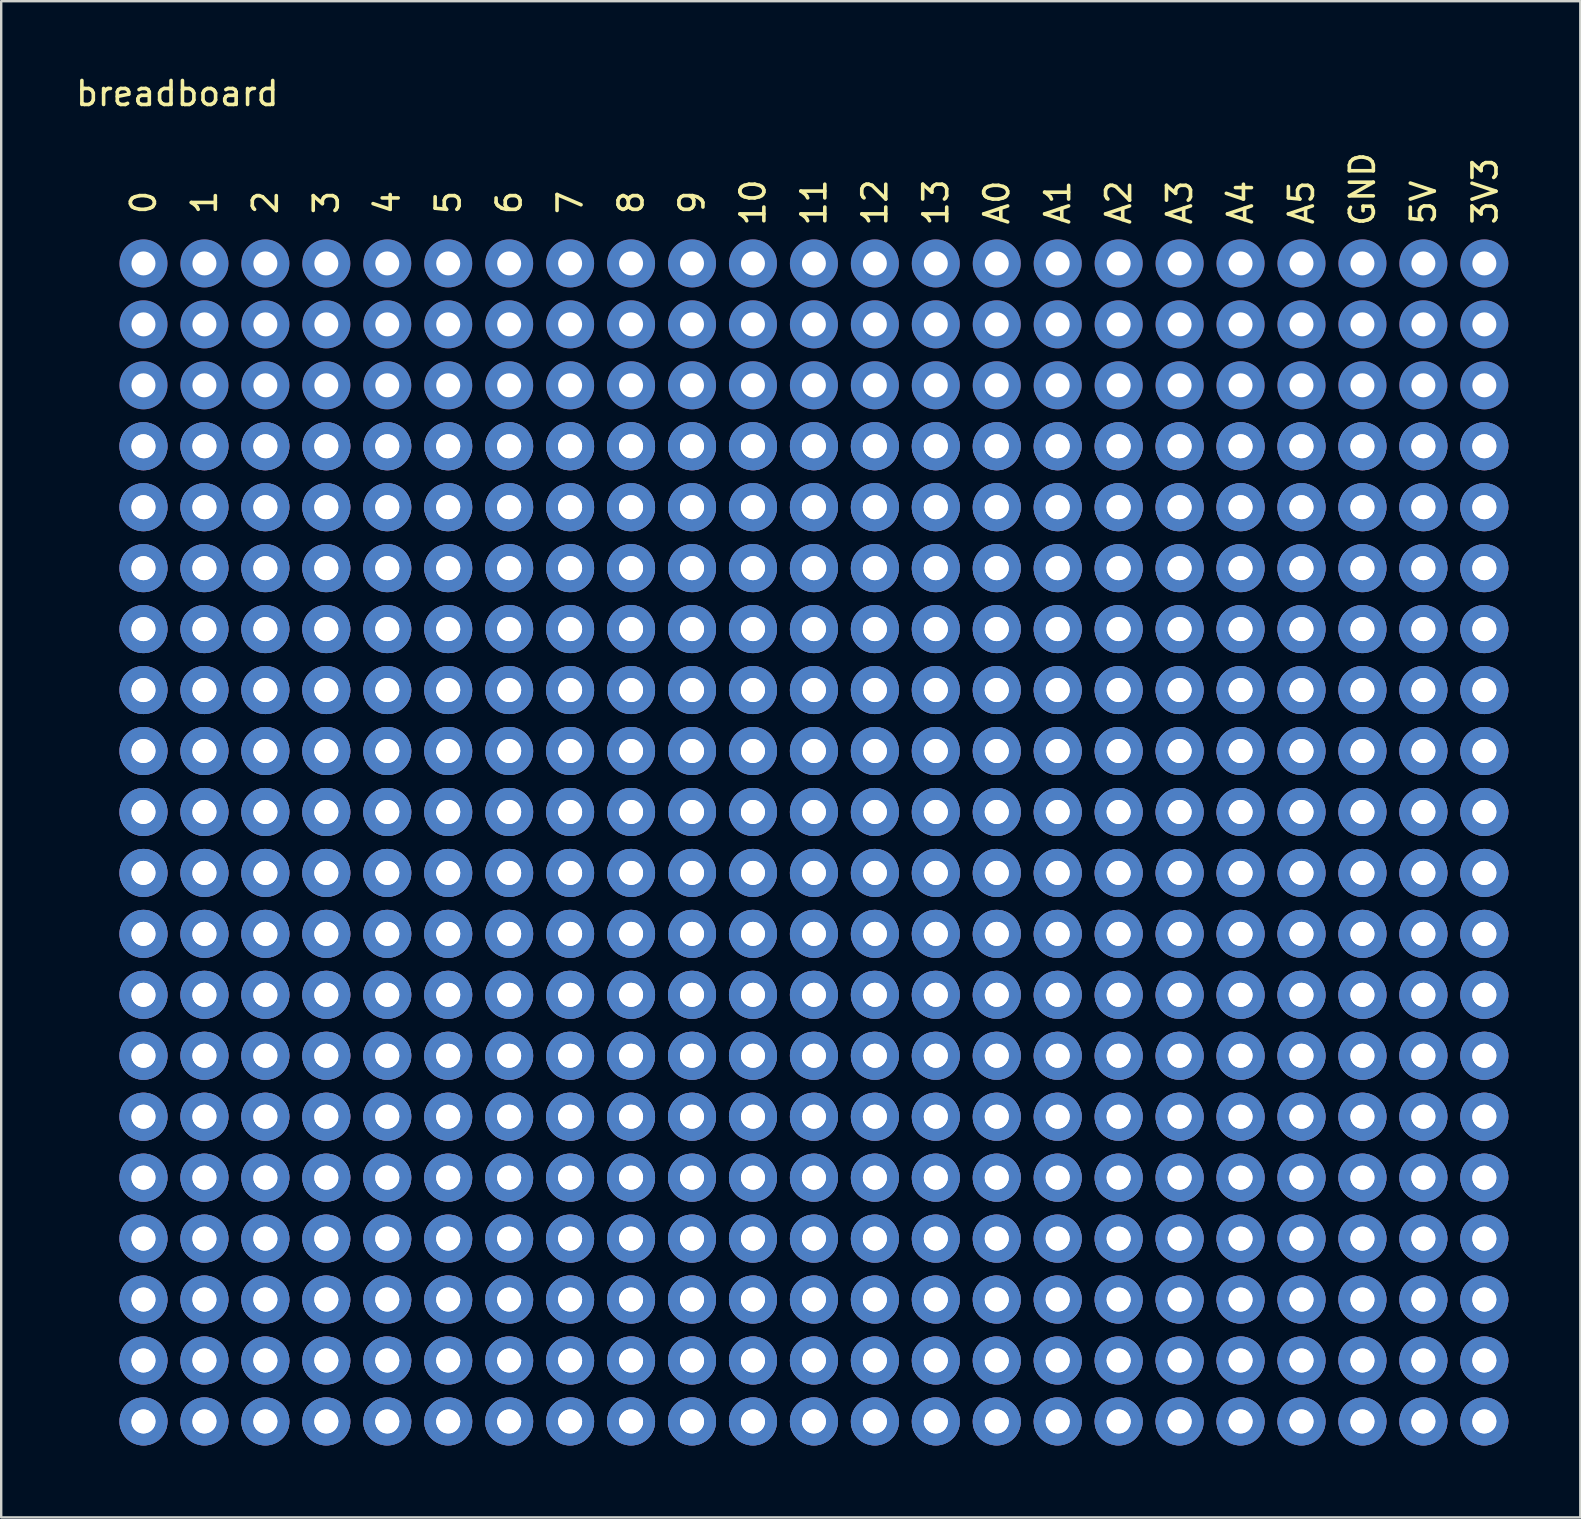
<source format=kicad_pcb>
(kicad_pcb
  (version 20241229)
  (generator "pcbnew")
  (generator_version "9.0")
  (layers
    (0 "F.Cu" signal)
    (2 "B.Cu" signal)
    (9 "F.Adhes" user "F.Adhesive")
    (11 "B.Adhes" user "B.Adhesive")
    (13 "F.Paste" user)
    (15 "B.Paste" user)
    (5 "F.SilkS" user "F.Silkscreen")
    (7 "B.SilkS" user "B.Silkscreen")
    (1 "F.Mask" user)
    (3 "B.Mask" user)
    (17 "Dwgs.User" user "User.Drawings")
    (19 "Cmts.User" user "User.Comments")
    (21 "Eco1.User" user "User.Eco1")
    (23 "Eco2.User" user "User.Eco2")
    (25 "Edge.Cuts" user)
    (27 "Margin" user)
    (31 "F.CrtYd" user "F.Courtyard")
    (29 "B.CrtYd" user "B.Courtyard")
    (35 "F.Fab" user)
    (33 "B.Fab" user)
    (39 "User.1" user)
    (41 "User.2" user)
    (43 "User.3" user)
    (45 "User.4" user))
  (footprint "breadboard"
    (layer "F.Cu")
    (at 30.799 56.178)
    (property "Reference" "breadboard" (at -26.46 -55.33 0) (layer "F.SilkS") (effects (font (size 1 1) (thickness 0.15))))
    (attr through_hole)
    (fp_text user "9" (at -5.01 -50.79 90) (layer "F.SilkS") (effects (font (size 1 1) (thickness 0.15))))
    (fp_text user "4" (at -17.71 -50.79 90) (layer "F.SilkS") (effects (font (size 1 1) (thickness 0.15))))
    (fp_text user "11" (at 0.07 -50.79 90) (layer "F.SilkS") (effects (font (size 1 1) (thickness 0.15))))
    (fp_text user "1" (at -25.33 -50.79 90) (layer "F.SilkS") (effects (font (size 1 1) (thickness 0.15))))
    (fp_text user "A5" (at 20.39 -50.79 90) (layer "F.SilkS") (effects (font (size 1 1) (thickness 0.15))))
    (fp_text user "A1" (at 10.23 -50.79 90) (layer "F.SilkS") (effects (font (size 1 1) (thickness 0.15))))
    (fp_text user "3" (at -20.25 -50.79 90) (layer "F.SilkS") (effects (font (size 1 1) (thickness 0.15))))
    (fp_text user "12" (at 2.61 -50.79 90) (layer "F.SilkS") (effects (font (size 1 1) (thickness 0.15))))
    (fp_text user "3V3" (at 28.04 -51.26 90) (layer "F.SilkS") (effects (font (size 1 1) (thickness 0.15))))
    (fp_text user "6" (at -12.63 -50.79 90) (layer "F.SilkS") (effects (font (size 1 1) (thickness 0.15))))
    (fp_text user "A4" (at 17.85 -50.79 90) (layer "F.SilkS") (effects (font (size 1 1) (thickness 0.15))))
    (fp_text user "A3" (at 15.31 -50.79 90) (layer "F.SilkS") (effects (font (size 1 1) (thickness 0.15))))
    (fp_text user "8" (at -7.55 -50.79 90) (layer "F.SilkS") (effects (font (size 1 1) (thickness 0.15))))
    (fp_text user "5V" (at 25.47 -50.79 90) (layer "F.SilkS") (effects (font (size 1 1) (thickness 0.15))))
    (fp_text user "2" (at -22.79 -50.79 90) (layer "F.SilkS") (effects (font (size 1 1) (thickness 0.15))))
    (fp_text user "13" (at 5.15 -50.79 90) (layer "F.SilkS") (effects (font (size 1 1) (thickness 0.15))))
    (fp_text user "7" (at -10.09 -50.79 90) (layer "F.SilkS") (effects (font (size 1 1) (thickness 0.15))))
    (fp_text user "GND" (at 22.93 -51.35 90) (layer "F.SilkS") (effects (font (size 1 1) (thickness 0.15))))
    (fp_text user "A0" (at 7.69 -50.79 90) (layer "F.SilkS") (effects (font (size 1 1) (thickness 0.15))))
    (fp_text user "5" (at -15.17 -50.79 90) (layer "F.SilkS") (effects (font (size 1 1) (thickness 0.15))))
    (fp_text user "0" (at -27.87 -50.79 90) (layer "F.SilkS") (effects (font (size 1 1) (thickness 0.15))))
    (fp_text user "10" (at -2.47 -50.79 90) (layer "F.SilkS") (effects (font (size 1 1) (thickness 0.15))))
    (fp_text user "A2" (at 12.77 -50.79 90) (layer "F.SilkS") (effects (font (size 1 1) (thickness 0.15))))
    (pad "" thru_hole circle (at -27.87 -40.63) (size 2 2) (drill 1) (layers "*.Cu" "*.Mask"))
    (pad "" thru_hole circle (at -27.87 -40.63) (size 2 2) (drill 1) (layers "*.Cu" "*.Mask"))
    (pad "" thru_hole circle (at -27.87 -38.09) (size 2 2) (drill 1) (layers "*.Cu" "*.Mask"))
    (pad "" thru_hole circle (at -27.87 -38.09) (size 2 2) (drill 1) (layers "*.Cu" "*.Mask"))
    (pad "" thru_hole circle (at -27.87 -35.55) (size 2 2) (drill 1) (layers "*.Cu" "*.Mask"))
    (pad "" thru_hole circle (at -27.87 -35.55) (size 2 2) (drill 1) (layers "*.Cu" "*.Mask"))
    (pad "" thru_hole circle (at -27.87 -33.01) (size 2 2) (drill 1) (layers "*.Cu" "*.Mask"))
    (pad "" thru_hole circle (at -27.87 -33.01) (size 2 2) (drill 1) (layers "*.Cu" "*.Mask"))
    (pad "" thru_hole circle (at -27.87 -30.47) (size 2 2) (drill 1) (layers "*.Cu" "*.Mask"))
    (pad "" thru_hole circle (at -27.87 -30.47) (size 2 2) (drill 1) (layers "*.Cu" "*.Mask"))
    (pad "" thru_hole circle (at -27.87 -27.93) (size 2 2) (drill 1) (layers "*.Cu" "*.Mask"))
    (pad "" thru_hole circle (at -27.87 -27.93) (size 2 2) (drill 1) (layers "*.Cu" "*.Mask"))
    (pad "" thru_hole circle (at -27.87 -25.39) (size 2 2) (drill 1) (layers "*.Cu" "*.Mask"))
    (pad "" thru_hole circle (at -27.87 -25.39) (size 2 2) (drill 1) (layers "*.Cu" "*.Mask"))
    (pad "" thru_hole circle (at -27.87 -22.85) (size 2 2) (drill 1) (layers "*.Cu" "*.Mask"))
    (pad "" thru_hole circle (at -27.87 -22.85) (size 2 2) (drill 1) (layers "*.Cu" "*.Mask"))
    (pad "" thru_hole circle (at -27.87 -20.31) (size 2 2) (drill 1) (layers "*.Cu" "*.Mask"))
    (pad "" thru_hole circle (at -27.87 -20.31) (size 2 2) (drill 1) (layers "*.Cu" "*.Mask"))
    (pad "" thru_hole circle (at -27.87 -17.77) (size 2 2) (drill 1) (layers "*.Cu" "*.Mask"))
    (pad "" thru_hole circle (at -27.87 -17.77) (size 2 2) (drill 1) (layers "*.Cu" "*.Mask"))
    (pad "" thru_hole circle (at -27.87 -15.23) (size 2 2) (drill 1) (layers "*.Cu" "*.Mask"))
    (pad "" thru_hole circle (at -27.87 -15.23) (size 2 2) (drill 1) (layers "*.Cu" "*.Mask"))
    (pad "" thru_hole circle (at -27.87 -12.69) (size 2 2) (drill 1) (layers "*.Cu" "*.Mask"))
    (pad "" thru_hole circle (at -27.87 -12.69) (size 2 2) (drill 1) (layers "*.Cu" "*.Mask"))
    (pad "" thru_hole circle (at -27.87 -10.15) (size 2 2) (drill 1) (layers "*.Cu" "*.Mask"))
    (pad "" thru_hole circle (at -27.87 -10.15) (size 2 2) (drill 1) (layers "*.Cu" "*.Mask"))
    (pad "" thru_hole circle (at -27.87 -7.61) (size 2 2) (drill 1) (layers "*.Cu" "*.Mask"))
    (pad "" thru_hole circle (at -27.87 -7.61) (size 2 2) (drill 1) (layers "*.Cu" "*.Mask"))
    (pad "" thru_hole circle (at -27.87 -5.07) (size 2 2) (drill 1) (layers "*.Cu" "*.Mask"))
    (pad "" thru_hole circle (at -27.87 -5.07) (size 2 2) (drill 1) (layers "*.Cu" "*.Mask"))
    (pad "" thru_hole circle (at -27.87 -2.53) (size 2 2) (drill 1) (layers "*.Cu" "*.Mask"))
    (pad "" thru_hole circle (at -27.87 -2.53) (size 2 2) (drill 1) (layers "*.Cu" "*.Mask"))
    (pad "" thru_hole circle (at -27.87 0.01) (size 2 2) (drill 1) (layers "*.Cu" "*.Mask"))
    (pad "" thru_hole circle (at -27.87 0.01) (size 2 2) (drill 1) (layers "*.Cu" "*.Mask"))
    (pad "" thru_hole circle (at -25.33 -40.63) (size 2 2) (drill 1) (layers "*.Cu" "*.Mask"))
    (pad "" thru_hole circle (at -25.33 -40.63) (size 2 2) (drill 1) (layers "*.Cu" "*.Mask"))
    (pad "" thru_hole circle (at -25.33 -38.09) (size 2 2) (drill 1) (layers "*.Cu" "*.Mask"))
    (pad "" thru_hole circle (at -25.33 -38.09) (size 2 2) (drill 1) (layers "*.Cu" "*.Mask"))
    (pad "" thru_hole circle (at -25.33 -35.55) (size 2 2) (drill 1) (layers "*.Cu" "*.Mask"))
    (pad "" thru_hole circle (at -25.33 -35.55) (size 2 2) (drill 1) (layers "*.Cu" "*.Mask"))
    (pad "" thru_hole circle (at -25.33 -33.01) (size 2 2) (drill 1) (layers "*.Cu" "*.Mask"))
    (pad "" thru_hole circle (at -25.33 -33.01) (size 2 2) (drill 1) (layers "*.Cu" "*.Mask"))
    (pad "" thru_hole circle (at -25.33 -30.47) (size 2 2) (drill 1) (layers "*.Cu" "*.Mask"))
    (pad "" thru_hole circle (at -25.33 -30.47) (size 2 2) (drill 1) (layers "*.Cu" "*.Mask"))
    (pad "" thru_hole circle (at -25.33 -27.93) (size 2 2) (drill 1) (layers "*.Cu" "*.Mask"))
    (pad "" thru_hole circle (at -25.33 -27.93) (size 2 2) (drill 1) (layers "*.Cu" "*.Mask"))
    (pad "" thru_hole circle (at -25.33 -25.39) (size 2 2) (drill 1) (layers "*.Cu" "*.Mask"))
    (pad "" thru_hole circle (at -25.33 -25.39) (size 2 2) (drill 1) (layers "*.Cu" "*.Mask"))
    (pad "" thru_hole circle (at -25.33 -22.85) (size 2 2) (drill 1) (layers "*.Cu" "*.Mask"))
    (pad "" thru_hole circle (at -25.33 -22.85) (size 2 2) (drill 1) (layers "*.Cu" "*.Mask"))
    (pad "" thru_hole circle (at -25.33 -20.31) (size 2 2) (drill 1) (layers "*.Cu" "*.Mask"))
    (pad "" thru_hole circle (at -25.33 -20.31) (size 2 2) (drill 1) (layers "*.Cu" "*.Mask"))
    (pad "" thru_hole circle (at -25.33 -17.77) (size 2 2) (drill 1) (layers "*.Cu" "*.Mask"))
    (pad "" thru_hole circle (at -25.33 -17.77) (size 2 2) (drill 1) (layers "*.Cu" "*.Mask"))
    (pad "" thru_hole circle (at -25.33 -15.23) (size 2 2) (drill 1) (layers "*.Cu" "*.Mask"))
    (pad "" thru_hole circle (at -25.33 -15.23) (size 2 2) (drill 1) (layers "*.Cu" "*.Mask"))
    (pad "" thru_hole circle (at -25.33 -12.69) (size 2 2) (drill 1) (layers "*.Cu" "*.Mask"))
    (pad "" thru_hole circle (at -25.33 -12.69) (size 2 2) (drill 1) (layers "*.Cu" "*.Mask"))
    (pad "" thru_hole circle (at -25.33 -10.15) (size 2 2) (drill 1) (layers "*.Cu" "*.Mask"))
    (pad "" thru_hole circle (at -25.33 -10.15) (size 2 2) (drill 1) (layers "*.Cu" "*.Mask"))
    (pad "" thru_hole circle (at -25.33 -7.61) (size 2 2) (drill 1) (layers "*.Cu" "*.Mask"))
    (pad "" thru_hole circle (at -25.33 -7.61) (size 2 2) (drill 1) (layers "*.Cu" "*.Mask"))
    (pad "" thru_hole circle (at -25.33 -5.07) (size 2 2) (drill 1) (layers "*.Cu" "*.Mask"))
    (pad "" thru_hole circle (at -25.33 -5.07) (size 2 2) (drill 1) (layers "*.Cu" "*.Mask"))
    (pad "" thru_hole circle (at -25.33 -2.53) (size 2 2) (drill 1) (layers "*.Cu" "*.Mask"))
    (pad "" thru_hole circle (at -25.33 -2.53) (size 2 2) (drill 1) (layers "*.Cu" "*.Mask"))
    (pad "" thru_hole circle (at -25.33 0.01) (size 2 2) (drill 1) (layers "*.Cu" "*.Mask"))
    (pad "" thru_hole circle (at -25.33 0.01) (size 2 2) (drill 1) (layers "*.Cu" "*.Mask"))
    (pad "" thru_hole circle (at -22.79 -40.63) (size 2 2) (drill 1) (layers "*.Cu" "*.Mask"))
    (pad "" thru_hole circle (at -22.79 -40.63) (size 2 2) (drill 1) (layers "*.Cu" "*.Mask"))
    (pad "" thru_hole circle (at -22.79 -38.09) (size 2 2) (drill 1) (layers "*.Cu" "*.Mask"))
    (pad "" thru_hole circle (at -22.79 -38.09) (size 2 2) (drill 1) (layers "*.Cu" "*.Mask"))
    (pad "" thru_hole circle (at -22.79 -35.55) (size 2 2) (drill 1) (layers "*.Cu" "*.Mask"))
    (pad "" thru_hole circle (at -22.79 -35.55) (size 2 2) (drill 1) (layers "*.Cu" "*.Mask"))
    (pad "" thru_hole circle (at -22.79 -33.01) (size 2 2) (drill 1) (layers "*.Cu" "*.Mask"))
    (pad "" thru_hole circle (at -22.79 -33.01) (size 2 2) (drill 1) (layers "*.Cu" "*.Mask"))
    (pad "" thru_hole circle (at -22.79 -30.47) (size 2 2) (drill 1) (layers "*.Cu" "*.Mask"))
    (pad "" thru_hole circle (at -22.79 -30.47) (size 2 2) (drill 1) (layers "*.Cu" "*.Mask"))
    (pad "" thru_hole circle (at -22.79 -27.93) (size 2 2) (drill 1) (layers "*.Cu" "*.Mask"))
    (pad "" thru_hole circle (at -22.79 -27.93) (size 2 2) (drill 1) (layers "*.Cu" "*.Mask"))
    (pad "" thru_hole circle (at -22.79 -25.39) (size 2 2) (drill 1) (layers "*.Cu" "*.Mask"))
    (pad "" thru_hole circle (at -22.79 -25.39) (size 2 2) (drill 1) (layers "*.Cu" "*.Mask"))
    (pad "" thru_hole circle (at -22.79 -22.85) (size 2 2) (drill 1) (layers "*.Cu" "*.Mask"))
    (pad "" thru_hole circle (at -22.79 -22.85) (size 2 2) (drill 1) (layers "*.Cu" "*.Mask"))
    (pad "" thru_hole circle (at -22.79 -20.31) (size 2 2) (drill 1) (layers "*.Cu" "*.Mask"))
    (pad "" thru_hole circle (at -22.79 -20.31) (size 2 2) (drill 1) (layers "*.Cu" "*.Mask"))
    (pad "" thru_hole circle (at -22.79 -17.77) (size 2 2) (drill 1) (layers "*.Cu" "*.Mask"))
    (pad "" thru_hole circle (at -22.79 -17.77) (size 2 2) (drill 1) (layers "*.Cu" "*.Mask"))
    (pad "" thru_hole circle (at -22.79 -15.23) (size 2 2) (drill 1) (layers "*.Cu" "*.Mask"))
    (pad "" thru_hole circle (at -22.79 -15.23) (size 2 2) (drill 1) (layers "*.Cu" "*.Mask"))
    (pad "" thru_hole circle (at -22.79 -12.69) (size 2 2) (drill 1) (layers "*.Cu" "*.Mask"))
    (pad "" thru_hole circle (at -22.79 -12.69) (size 2 2) (drill 1) (layers "*.Cu" "*.Mask"))
    (pad "" thru_hole circle (at -22.79 -10.15) (size 2 2) (drill 1) (layers "*.Cu" "*.Mask"))
    (pad "" thru_hole circle (at -22.79 -10.15) (size 2 2) (drill 1) (layers "*.Cu" "*.Mask"))
    (pad "" thru_hole circle (at -22.79 -7.61) (size 2 2) (drill 1) (layers "*.Cu" "*.Mask"))
    (pad "" thru_hole circle (at -22.79 -7.61) (size 2 2) (drill 1) (layers "*.Cu" "*.Mask"))
    (pad "" thru_hole circle (at -22.79 -5.07) (size 2 2) (drill 1) (layers "*.Cu" "*.Mask"))
    (pad "" thru_hole circle (at -22.79 -5.07) (size 2 2) (drill 1) (layers "*.Cu" "*.Mask"))
    (pad "" thru_hole circle (at -22.79 -2.53) (size 2 2) (drill 1) (layers "*.Cu" "*.Mask"))
    (pad "" thru_hole circle (at -22.79 -2.53) (size 2 2) (drill 1) (layers "*.Cu" "*.Mask"))
    (pad "" thru_hole circle (at -22.79 0.01) (size 2 2) (drill 1) (layers "*.Cu" "*.Mask"))
    (pad "" thru_hole circle (at -22.79 0.01) (size 2 2) (drill 1) (layers "*.Cu" "*.Mask"))
    (pad "" thru_hole circle (at -20.25 -40.63) (size 2 2) (drill 1) (layers "*.Cu" "*.Mask"))
    (pad "" thru_hole circle (at -20.25 -40.63) (size 2 2) (drill 1) (layers "*.Cu" "*.Mask"))
    (pad "" thru_hole circle (at -20.25 -38.09) (size 2 2) (drill 1) (layers "*.Cu" "*.Mask"))
    (pad "" thru_hole circle (at -20.25 -38.09) (size 2 2) (drill 1) (layers "*.Cu" "*.Mask"))
    (pad "" thru_hole circle (at -20.25 -35.55) (size 2 2) (drill 1) (layers "*.Cu" "*.Mask"))
    (pad "" thru_hole circle (at -20.25 -35.55) (size 2 2) (drill 1) (layers "*.Cu" "*.Mask"))
    (pad "" thru_hole circle (at -20.25 -33.01) (size 2 2) (drill 1) (layers "*.Cu" "*.Mask"))
    (pad "" thru_hole circle (at -20.25 -33.01) (size 2 2) (drill 1) (layers "*.Cu" "*.Mask"))
    (pad "" thru_hole circle (at -20.25 -30.47) (size 2 2) (drill 1) (layers "*.Cu" "*.Mask"))
    (pad "" thru_hole circle (at -20.25 -30.47) (size 2 2) (drill 1) (layers "*.Cu" "*.Mask"))
    (pad "" thru_hole circle (at -20.25 -27.93) (size 2 2) (drill 1) (layers "*.Cu" "*.Mask"))
    (pad "" thru_hole circle (at -20.25 -27.93) (size 2 2) (drill 1) (layers "*.Cu" "*.Mask"))
    (pad "" thru_hole circle (at -20.25 -25.39) (size 2 2) (drill 1) (layers "*.Cu" "*.Mask"))
    (pad "" thru_hole circle (at -20.25 -25.39) (size 2 2) (drill 1) (layers "*.Cu" "*.Mask"))
    (pad "" thru_hole circle (at -20.25 -22.85) (size 2 2) (drill 1) (layers "*.Cu" "*.Mask"))
    (pad "" thru_hole circle (at -20.25 -22.85) (size 2 2) (drill 1) (layers "*.Cu" "*.Mask"))
    (pad "" thru_hole circle (at -20.25 -20.31) (size 2 2) (drill 1) (layers "*.Cu" "*.Mask"))
    (pad "" thru_hole circle (at -20.25 -20.31) (size 2 2) (drill 1) (layers "*.Cu" "*.Mask"))
    (pad "" thru_hole circle (at -20.25 -17.77) (size 2 2) (drill 1) (layers "*.Cu" "*.Mask"))
    (pad "" thru_hole circle (at -20.25 -17.77) (size 2 2) (drill 1) (layers "*.Cu" "*.Mask"))
    (pad "" thru_hole circle (at -20.25 -15.23) (size 2 2) (drill 1) (layers "*.Cu" "*.Mask"))
    (pad "" thru_hole circle (at -20.25 -15.23) (size 2 2) (drill 1) (layers "*.Cu" "*.Mask"))
    (pad "" thru_hole circle (at -20.25 -12.69) (size 2 2) (drill 1) (layers "*.Cu" "*.Mask"))
    (pad "" thru_hole circle (at -20.25 -12.69) (size 2 2) (drill 1) (layers "*.Cu" "*.Mask"))
    (pad "" thru_hole circle (at -20.25 -10.15) (size 2 2) (drill 1) (layers "*.Cu" "*.Mask"))
    (pad "" thru_hole circle (at -20.25 -10.15) (size 2 2) (drill 1) (layers "*.Cu" "*.Mask"))
    (pad "" thru_hole circle (at -20.25 -7.61) (size 2 2) (drill 1) (layers "*.Cu" "*.Mask"))
    (pad "" thru_hole circle (at -20.25 -7.61) (size 2 2) (drill 1) (layers "*.Cu" "*.Mask"))
    (pad "" thru_hole circle (at -20.25 -5.07) (size 2 2) (drill 1) (layers "*.Cu" "*.Mask"))
    (pad "" thru_hole circle (at -20.25 -5.07) (size 2 2) (drill 1) (layers "*.Cu" "*.Mask"))
    (pad "" thru_hole circle (at -20.25 -2.53) (size 2 2) (drill 1) (layers "*.Cu" "*.Mask"))
    (pad "" thru_hole circle (at -20.25 -2.53) (size 2 2) (drill 1) (layers "*.Cu" "*.Mask"))
    (pad "" thru_hole circle (at -20.25 0.01) (size 2 2) (drill 1) (layers "*.Cu" "*.Mask"))
    (pad "" thru_hole circle (at -20.25 0.01) (size 2 2) (drill 1) (layers "*.Cu" "*.Mask"))
    (pad "" thru_hole circle (at -17.71 -40.63) (size 2 2) (drill 1) (layers "*.Cu" "*.Mask"))
    (pad "" thru_hole circle (at -17.71 -40.63) (size 2 2) (drill 1) (layers "*.Cu" "*.Mask"))
    (pad "" thru_hole circle (at -17.71 -38.09) (size 2 2) (drill 1) (layers "*.Cu" "*.Mask"))
    (pad "" thru_hole circle (at -17.71 -38.09) (size 2 2) (drill 1) (layers "*.Cu" "*.Mask"))
    (pad "" thru_hole circle (at -17.71 -35.55) (size 2 2) (drill 1) (layers "*.Cu" "*.Mask"))
    (pad "" thru_hole circle (at -17.71 -35.55) (size 2 2) (drill 1) (layers "*.Cu" "*.Mask"))
    (pad "" thru_hole circle (at -17.71 -33.01) (size 2 2) (drill 1) (layers "*.Cu" "*.Mask"))
    (pad "" thru_hole circle (at -17.71 -33.01) (size 2 2) (drill 1) (layers "*.Cu" "*.Mask"))
    (pad "" thru_hole circle (at -17.71 -30.47) (size 2 2) (drill 1) (layers "*.Cu" "*.Mask"))
    (pad "" thru_hole circle (at -17.71 -30.47) (size 2 2) (drill 1) (layers "*.Cu" "*.Mask"))
    (pad "" thru_hole circle (at -17.71 -27.93) (size 2 2) (drill 1) (layers "*.Cu" "*.Mask"))
    (pad "" thru_hole circle (at -17.71 -27.93) (size 2 2) (drill 1) (layers "*.Cu" "*.Mask"))
    (pad "" thru_hole circle (at -17.71 -25.39) (size 2 2) (drill 1) (layers "*.Cu" "*.Mask"))
    (pad "" thru_hole circle (at -17.71 -25.39) (size 2 2) (drill 1) (layers "*.Cu" "*.Mask"))
    (pad "" thru_hole circle (at -17.71 -22.85) (size 2 2) (drill 1) (layers "*.Cu" "*.Mask"))
    (pad "" thru_hole circle (at -17.71 -22.85) (size 2 2) (drill 1) (layers "*.Cu" "*.Mask"))
    (pad "" thru_hole circle (at -17.71 -20.31) (size 2 2) (drill 1) (layers "*.Cu" "*.Mask"))
    (pad "" thru_hole circle (at -17.71 -20.31) (size 2 2) (drill 1) (layers "*.Cu" "*.Mask"))
    (pad "" thru_hole circle (at -17.71 -17.77) (size 2 2) (drill 1) (layers "*.Cu" "*.Mask"))
    (pad "" thru_hole circle (at -17.71 -17.77) (size 2 2) (drill 1) (layers "*.Cu" "*.Mask"))
    (pad "" thru_hole circle (at -17.71 -15.23) (size 2 2) (drill 1) (layers "*.Cu" "*.Mask"))
    (pad "" thru_hole circle (at -17.71 -15.23) (size 2 2) (drill 1) (layers "*.Cu" "*.Mask"))
    (pad "" thru_hole circle (at -17.71 -12.69) (size 2 2) (drill 1) (layers "*.Cu" "*.Mask"))
    (pad "" thru_hole circle (at -17.71 -12.69) (size 2 2) (drill 1) (layers "*.Cu" "*.Mask"))
    (pad "" thru_hole circle (at -17.71 -10.15) (size 2 2) (drill 1) (layers "*.Cu" "*.Mask"))
    (pad "" thru_hole circle (at -17.71 -10.15) (size 2 2) (drill 1) (layers "*.Cu" "*.Mask"))
    (pad "" thru_hole circle (at -17.71 -7.61) (size 2 2) (drill 1) (layers "*.Cu" "*.Mask"))
    (pad "" thru_hole circle (at -17.71 -7.61) (size 2 2) (drill 1) (layers "*.Cu" "*.Mask"))
    (pad "" thru_hole circle (at -17.71 -5.07) (size 2 2) (drill 1) (layers "*.Cu" "*.Mask"))
    (pad "" thru_hole circle (at -17.71 -5.07) (size 2 2) (drill 1) (layers "*.Cu" "*.Mask"))
    (pad "" thru_hole circle (at -17.71 -2.53) (size 2 2) (drill 1) (layers "*.Cu" "*.Mask"))
    (pad "" thru_hole circle (at -17.71 -2.53) (size 2 2) (drill 1) (layers "*.Cu" "*.Mask"))
    (pad "" thru_hole circle (at -17.71 0.01) (size 2 2) (drill 1) (layers "*.Cu" "*.Mask"))
    (pad "" thru_hole circle (at -17.71 0.01) (size 2 2) (drill 1) (layers "*.Cu" "*.Mask"))
    (pad "" thru_hole circle (at -15.17 -40.63) (size 2 2) (drill 1) (layers "*.Cu" "*.Mask"))
    (pad "" thru_hole circle (at -15.17 -40.63) (size 2 2) (drill 1) (layers "*.Cu" "*.Mask"))
    (pad "" thru_hole circle (at -15.17 -38.09) (size 2 2) (drill 1) (layers "*.Cu" "*.Mask"))
    (pad "" thru_hole circle (at -15.17 -38.09) (size 2 2) (drill 1) (layers "*.Cu" "*.Mask"))
    (pad "" thru_hole circle (at -15.17 -35.55) (size 2 2) (drill 1) (layers "*.Cu" "*.Mask"))
    (pad "" thru_hole circle (at -15.17 -35.55) (size 2 2) (drill 1) (layers "*.Cu" "*.Mask"))
    (pad "" thru_hole circle (at -15.17 -33.01) (size 2 2) (drill 1) (layers "*.Cu" "*.Mask"))
    (pad "" thru_hole circle (at -15.17 -33.01) (size 2 2) (drill 1) (layers "*.Cu" "*.Mask"))
    (pad "" thru_hole circle (at -15.17 -30.47) (size 2 2) (drill 1) (layers "*.Cu" "*.Mask"))
    (pad "" thru_hole circle (at -15.17 -30.47) (size 2 2) (drill 1) (layers "*.Cu" "*.Mask"))
    (pad "" thru_hole circle (at -15.17 -27.93) (size 2 2) (drill 1) (layers "*.Cu" "*.Mask"))
    (pad "" thru_hole circle (at -15.17 -27.93) (size 2 2) (drill 1) (layers "*.Cu" "*.Mask"))
    (pad "" thru_hole circle (at -15.17 -25.39) (size 2 2) (drill 1) (layers "*.Cu" "*.Mask"))
    (pad "" thru_hole circle (at -15.17 -25.39) (size 2 2) (drill 1) (layers "*.Cu" "*.Mask"))
    (pad "" thru_hole circle (at -15.17 -22.85) (size 2 2) (drill 1) (layers "*.Cu" "*.Mask"))
    (pad "" thru_hole circle (at -15.17 -22.85) (size 2 2) (drill 1) (layers "*.Cu" "*.Mask"))
    (pad "" thru_hole circle (at -15.17 -20.31) (size 2 2) (drill 1) (layers "*.Cu" "*.Mask"))
    (pad "" thru_hole circle (at -15.17 -20.31) (size 2 2) (drill 1) (layers "*.Cu" "*.Mask"))
    (pad "" thru_hole circle (at -15.17 -17.77) (size 2 2) (drill 1) (layers "*.Cu" "*.Mask"))
    (pad "" thru_hole circle (at -15.17 -17.77) (size 2 2) (drill 1) (layers "*.Cu" "*.Mask"))
    (pad "" thru_hole circle (at -15.17 -15.23) (size 2 2) (drill 1) (layers "*.Cu" "*.Mask"))
    (pad "" thru_hole circle (at -15.17 -15.23) (size 2 2) (drill 1) (layers "*.Cu" "*.Mask"))
    (pad "" thru_hole circle (at -15.17 -12.69) (size 2 2) (drill 1) (layers "*.Cu" "*.Mask"))
    (pad "" thru_hole circle (at -15.17 -12.69) (size 2 2) (drill 1) (layers "*.Cu" "*.Mask"))
    (pad "" thru_hole circle (at -15.17 -10.15) (size 2 2) (drill 1) (layers "*.Cu" "*.Mask"))
    (pad "" thru_hole circle (at -15.17 -10.15) (size 2 2) (drill 1) (layers "*.Cu" "*.Mask"))
    (pad "" thru_hole circle (at -15.17 -7.61) (size 2 2) (drill 1) (layers "*.Cu" "*.Mask"))
    (pad "" thru_hole circle (at -15.17 -7.61) (size 2 2) (drill 1) (layers "*.Cu" "*.Mask"))
    (pad "" thru_hole circle (at -15.17 -5.07) (size 2 2) (drill 1) (layers "*.Cu" "*.Mask"))
    (pad "" thru_hole circle (at -15.17 -5.07) (size 2 2) (drill 1) (layers "*.Cu" "*.Mask"))
    (pad "" thru_hole circle (at -15.17 -2.53) (size 2 2) (drill 1) (layers "*.Cu" "*.Mask"))
    (pad "" thru_hole circle (at -15.17 -2.53) (size 2 2) (drill 1) (layers "*.Cu" "*.Mask"))
    (pad "" thru_hole circle (at -15.17 0.01) (size 2 2) (drill 1) (layers "*.Cu" "*.Mask"))
    (pad "" thru_hole circle (at -15.17 0.01) (size 2 2) (drill 1) (layers "*.Cu" "*.Mask"))
    (pad "" thru_hole circle (at -12.63 -40.63) (size 2 2) (drill 1) (layers "*.Cu" "*.Mask"))
    (pad "" thru_hole circle (at -12.63 -40.63) (size 2 2) (drill 1) (layers "*.Cu" "*.Mask"))
    (pad "" thru_hole circle (at -12.63 -38.09) (size 2 2) (drill 1) (layers "*.Cu" "*.Mask"))
    (pad "" thru_hole circle (at -12.63 -38.09) (size 2 2) (drill 1) (layers "*.Cu" "*.Mask"))
    (pad "" thru_hole circle (at -12.63 -35.55) (size 2 2) (drill 1) (layers "*.Cu" "*.Mask"))
    (pad "" thru_hole circle (at -12.63 -35.55) (size 2 2) (drill 1) (layers "*.Cu" "*.Mask"))
    (pad "" thru_hole circle (at -12.63 -33.01) (size 2 2) (drill 1) (layers "*.Cu" "*.Mask"))
    (pad "" thru_hole circle (at -12.63 -33.01) (size 2 2) (drill 1) (layers "*.Cu" "*.Mask"))
    (pad "" thru_hole circle (at -12.63 -30.47) (size 2 2) (drill 1) (layers "*.Cu" "*.Mask"))
    (pad "" thru_hole circle (at -12.63 -30.47) (size 2 2) (drill 1) (layers "*.Cu" "*.Mask"))
    (pad "" thru_hole circle (at -12.63 -27.93) (size 2 2) (drill 1) (layers "*.Cu" "*.Mask"))
    (pad "" thru_hole circle (at -12.63 -27.93) (size 2 2) (drill 1) (layers "*.Cu" "*.Mask"))
    (pad "" thru_hole circle (at -12.63 -25.39) (size 2 2) (drill 1) (layers "*.Cu" "*.Mask"))
    (pad "" thru_hole circle (at -12.63 -25.39) (size 2 2) (drill 1) (layers "*.Cu" "*.Mask"))
    (pad "" thru_hole circle (at -12.63 -22.85) (size 2 2) (drill 1) (layers "*.Cu" "*.Mask"))
    (pad "" thru_hole circle (at -12.63 -22.85) (size 2 2) (drill 1) (layers "*.Cu" "*.Mask"))
    (pad "" thru_hole circle (at -12.63 -20.31) (size 2 2) (drill 1) (layers "*.Cu" "*.Mask"))
    (pad "" thru_hole circle (at -12.63 -20.31) (size 2 2) (drill 1) (layers "*.Cu" "*.Mask"))
    (pad "" thru_hole circle (at -12.63 -17.77) (size 2 2) (drill 1) (layers "*.Cu" "*.Mask"))
    (pad "" thru_hole circle (at -12.63 -17.77) (size 2 2) (drill 1) (layers "*.Cu" "*.Mask"))
    (pad "" thru_hole circle (at -12.63 -15.23) (size 2 2) (drill 1) (layers "*.Cu" "*.Mask"))
    (pad "" thru_hole circle (at -12.63 -15.23) (size 2 2) (drill 1) (layers "*.Cu" "*.Mask"))
    (pad "" thru_hole circle (at -12.63 -12.69) (size 2 2) (drill 1) (layers "*.Cu" "*.Mask"))
    (pad "" thru_hole circle (at -12.63 -12.69) (size 2 2) (drill 1) (layers "*.Cu" "*.Mask"))
    (pad "" thru_hole circle (at -12.63 -10.15) (size 2 2) (drill 1) (layers "*.Cu" "*.Mask"))
    (pad "" thru_hole circle (at -12.63 -10.15) (size 2 2) (drill 1) (layers "*.Cu" "*.Mask"))
    (pad "" thru_hole circle (at -12.63 -7.61) (size 2 2) (drill 1) (layers "*.Cu" "*.Mask"))
    (pad "" thru_hole circle (at -12.63 -7.61) (size 2 2) (drill 1) (layers "*.Cu" "*.Mask"))
    (pad "" thru_hole circle (at -12.63 -5.07) (size 2 2) (drill 1) (layers "*.Cu" "*.Mask"))
    (pad "" thru_hole circle (at -12.63 -5.07) (size 2 2) (drill 1) (layers "*.Cu" "*.Mask"))
    (pad "" thru_hole circle (at -12.63 -2.53) (size 2 2) (drill 1) (layers "*.Cu" "*.Mask"))
    (pad "" thru_hole circle (at -12.63 -2.53) (size 2 2) (drill 1) (layers "*.Cu" "*.Mask"))
    (pad "" thru_hole circle (at -12.63 0.01) (size 2 2) (drill 1) (layers "*.Cu" "*.Mask"))
    (pad "" thru_hole circle (at -12.63 0.01) (size 2 2) (drill 1) (layers "*.Cu" "*.Mask"))
    (pad "" thru_hole circle (at -10.09 -40.63) (size 2 2) (drill 1) (layers "*.Cu" "*.Mask"))
    (pad "" thru_hole circle (at -10.09 -40.63) (size 2 2) (drill 1) (layers "*.Cu" "*.Mask"))
    (pad "" thru_hole circle (at -10.09 -38.09) (size 2 2) (drill 1) (layers "*.Cu" "*.Mask"))
    (pad "" thru_hole circle (at -10.09 -38.09) (size 2 2) (drill 1) (layers "*.Cu" "*.Mask"))
    (pad "" thru_hole circle (at -10.09 -35.55) (size 2 2) (drill 1) (layers "*.Cu" "*.Mask"))
    (pad "" thru_hole circle (at -10.09 -35.55) (size 2 2) (drill 1) (layers "*.Cu" "*.Mask"))
    (pad "" thru_hole circle (at -10.09 -33.01) (size 2 2) (drill 1) (layers "*.Cu" "*.Mask"))
    (pad "" thru_hole circle (at -10.09 -33.01) (size 2 2) (drill 1) (layers "*.Cu" "*.Mask"))
    (pad "" thru_hole circle (at -10.09 -30.47) (size 2 2) (drill 1) (layers "*.Cu" "*.Mask"))
    (pad "" thru_hole circle (at -10.09 -30.47) (size 2 2) (drill 1) (layers "*.Cu" "*.Mask"))
    (pad "" thru_hole circle (at -10.09 -27.93) (size 2 2) (drill 1) (layers "*.Cu" "*.Mask"))
    (pad "" thru_hole circle (at -10.09 -27.93) (size 2 2) (drill 1) (layers "*.Cu" "*.Mask"))
    (pad "" thru_hole circle (at -10.09 -25.39) (size 2 2) (drill 1) (layers "*.Cu" "*.Mask"))
    (pad "" thru_hole circle (at -10.09 -25.39) (size 2 2) (drill 1) (layers "*.Cu" "*.Mask"))
    (pad "" thru_hole circle (at -10.09 -22.85) (size 2 2) (drill 1) (layers "*.Cu" "*.Mask"))
    (pad "" thru_hole circle (at -10.09 -22.85) (size 2 2) (drill 1) (layers "*.Cu" "*.Mask"))
    (pad "" thru_hole circle (at -10.09 -20.31) (size 2 2) (drill 1) (layers "*.Cu" "*.Mask"))
    (pad "" thru_hole circle (at -10.09 -20.31) (size 2 2) (drill 1) (layers "*.Cu" "*.Mask"))
    (pad "" thru_hole circle (at -10.09 -17.77) (size 2 2) (drill 1) (layers "*.Cu" "*.Mask"))
    (pad "" thru_hole circle (at -10.09 -17.77) (size 2 2) (drill 1) (layers "*.Cu" "*.Mask"))
    (pad "" thru_hole circle (at -10.09 -15.23) (size 2 2) (drill 1) (layers "*.Cu" "*.Mask"))
    (pad "" thru_hole circle (at -10.09 -15.23) (size 2 2) (drill 1) (layers "*.Cu" "*.Mask"))
    (pad "" thru_hole circle (at -10.09 -12.69) (size 2 2) (drill 1) (layers "*.Cu" "*.Mask"))
    (pad "" thru_hole circle (at -10.09 -12.69) (size 2 2) (drill 1) (layers "*.Cu" "*.Mask"))
    (pad "" thru_hole circle (at -10.09 -10.15) (size 2 2) (drill 1) (layers "*.Cu" "*.Mask"))
    (pad "" thru_hole circle (at -10.09 -10.15) (size 2 2) (drill 1) (layers "*.Cu" "*.Mask"))
    (pad "" thru_hole circle (at -10.09 -7.61) (size 2 2) (drill 1) (layers "*.Cu" "*.Mask"))
    (pad "" thru_hole circle (at -10.09 -7.61) (size 2 2) (drill 1) (layers "*.Cu" "*.Mask"))
    (pad "" thru_hole circle (at -10.09 -5.07) (size 2 2) (drill 1) (layers "*.Cu" "*.Mask"))
    (pad "" thru_hole circle (at -10.09 -5.07) (size 2 2) (drill 1) (layers "*.Cu" "*.Mask"))
    (pad "" thru_hole circle (at -10.09 -2.53) (size 2 2) (drill 1) (layers "*.Cu" "*.Mask"))
    (pad "" thru_hole circle (at -10.09 -2.53) (size 2 2) (drill 1) (layers "*.Cu" "*.Mask"))
    (pad "" thru_hole circle (at -10.09 0.01) (size 2 2) (drill 1) (layers "*.Cu" "*.Mask"))
    (pad "" thru_hole circle (at -10.09 0.01) (size 2 2) (drill 1) (layers "*.Cu" "*.Mask"))
    (pad "" thru_hole circle (at -7.55 -40.63) (size 2 2) (drill 1) (layers "*.Cu" "*.Mask"))
    (pad "" thru_hole circle (at -7.55 -40.63) (size 2 2) (drill 1) (layers "*.Cu" "*.Mask"))
    (pad "" thru_hole circle (at -7.55 -38.09) (size 2 2) (drill 1) (layers "*.Cu" "*.Mask"))
    (pad "" thru_hole circle (at -7.55 -38.09) (size 2 2) (drill 1) (layers "*.Cu" "*.Mask"))
    (pad "" thru_hole circle (at -7.55 -35.55) (size 2 2) (drill 1) (layers "*.Cu" "*.Mask"))
    (pad "" thru_hole circle (at -7.55 -35.55) (size 2 2) (drill 1) (layers "*.Cu" "*.Mask"))
    (pad "" thru_hole circle (at -7.55 -33.01) (size 2 2) (drill 1) (layers "*.Cu" "*.Mask"))
    (pad "" thru_hole circle (at -7.55 -33.01) (size 2 2) (drill 1) (layers "*.Cu" "*.Mask"))
    (pad "" thru_hole circle (at -7.55 -30.47) (size 2 2) (drill 1) (layers "*.Cu" "*.Mask"))
    (pad "" thru_hole circle (at -7.55 -30.47) (size 2 2) (drill 1) (layers "*.Cu" "*.Mask"))
    (pad "" thru_hole circle (at -7.55 -27.93) (size 2 2) (drill 1) (layers "*.Cu" "*.Mask"))
    (pad "" thru_hole circle (at -7.55 -27.93) (size 2 2) (drill 1) (layers "*.Cu" "*.Mask"))
    (pad "" thru_hole circle (at -7.55 -25.39) (size 2 2) (drill 1) (layers "*.Cu" "*.Mask"))
    (pad "" thru_hole circle (at -7.55 -25.39) (size 2 2) (drill 1) (layers "*.Cu" "*.Mask"))
    (pad "" thru_hole circle (at -7.55 -22.85) (size 2 2) (drill 1) (layers "*.Cu" "*.Mask"))
    (pad "" thru_hole circle (at -7.55 -22.85) (size 2 2) (drill 1) (layers "*.Cu" "*.Mask"))
    (pad "" thru_hole circle (at -7.55 -20.31) (size 2 2) (drill 1) (layers "*.Cu" "*.Mask"))
    (pad "" thru_hole circle (at -7.55 -20.31) (size 2 2) (drill 1) (layers "*.Cu" "*.Mask"))
    (pad "" thru_hole circle (at -7.55 -17.77) (size 2 2) (drill 1) (layers "*.Cu" "*.Mask"))
    (pad "" thru_hole circle (at -7.55 -17.77) (size 2 2) (drill 1) (layers "*.Cu" "*.Mask"))
    (pad "" thru_hole circle (at -7.55 -15.23) (size 2 2) (drill 1) (layers "*.Cu" "*.Mask"))
    (pad "" thru_hole circle (at -7.55 -15.23) (size 2 2) (drill 1) (layers "*.Cu" "*.Mask"))
    (pad "" thru_hole circle (at -7.55 -12.69) (size 2 2) (drill 1) (layers "*.Cu" "*.Mask"))
    (pad "" thru_hole circle (at -7.55 -12.69) (size 2 2) (drill 1) (layers "*.Cu" "*.Mask"))
    (pad "" thru_hole circle (at -7.55 -10.15) (size 2 2) (drill 1) (layers "*.Cu" "*.Mask"))
    (pad "" thru_hole circle (at -7.55 -10.15) (size 2 2) (drill 1) (layers "*.Cu" "*.Mask"))
    (pad "" thru_hole circle (at -7.55 -7.61) (size 2 2) (drill 1) (layers "*.Cu" "*.Mask"))
    (pad "" thru_hole circle (at -7.55 -7.61) (size 2 2) (drill 1) (layers "*.Cu" "*.Mask"))
    (pad "" thru_hole circle (at -7.55 -5.07) (size 2 2) (drill 1) (layers "*.Cu" "*.Mask"))
    (pad "" thru_hole circle (at -7.55 -5.07) (size 2 2) (drill 1) (layers "*.Cu" "*.Mask"))
    (pad "" thru_hole circle (at -7.55 -2.53) (size 2 2) (drill 1) (layers "*.Cu" "*.Mask"))
    (pad "" thru_hole circle (at -7.55 -2.53) (size 2 2) (drill 1) (layers "*.Cu" "*.Mask"))
    (pad "" thru_hole circle (at -7.55 0.01) (size 2 2) (drill 1) (layers "*.Cu" "*.Mask"))
    (pad "" thru_hole circle (at -7.55 0.01) (size 2 2) (drill 1) (layers "*.Cu" "*.Mask"))
    (pad "" thru_hole circle (at -5.01 -40.63) (size 2 2) (drill 1) (layers "*.Cu" "*.Mask"))
    (pad "" thru_hole circle (at -5.01 -40.63) (size 2 2) (drill 1) (layers "*.Cu" "*.Mask"))
    (pad "" thru_hole circle (at -5.01 -38.09) (size 2 2) (drill 1) (layers "*.Cu" "*.Mask"))
    (pad "" thru_hole circle (at -5.01 -38.09) (size 2 2) (drill 1) (layers "*.Cu" "*.Mask"))
    (pad "" thru_hole circle (at -5.01 -35.55) (size 2 2) (drill 1) (layers "*.Cu" "*.Mask"))
    (pad "" thru_hole circle (at -5.01 -35.55) (size 2 2) (drill 1) (layers "*.Cu" "*.Mask"))
    (pad "" thru_hole circle (at -5.01 -33.01) (size 2 2) (drill 1) (layers "*.Cu" "*.Mask"))
    (pad "" thru_hole circle (at -5.01 -33.01) (size 2 2) (drill 1) (layers "*.Cu" "*.Mask"))
    (pad "" thru_hole circle (at -5.01 -30.47) (size 2 2) (drill 1) (layers "*.Cu" "*.Mask"))
    (pad "" thru_hole circle (at -5.01 -30.47) (size 2 2) (drill 1) (layers "*.Cu" "*.Mask"))
    (pad "" thru_hole circle (at -5.01 -27.93) (size 2 2) (drill 1) (layers "*.Cu" "*.Mask"))
    (pad "" thru_hole circle (at -5.01 -27.93) (size 2 2) (drill 1) (layers "*.Cu" "*.Mask"))
    (pad "" thru_hole circle (at -5.01 -25.39) (size 2 2) (drill 1) (layers "*.Cu" "*.Mask"))
    (pad "" thru_hole circle (at -5.01 -25.39) (size 2 2) (drill 1) (layers "*.Cu" "*.Mask"))
    (pad "" thru_hole circle (at -5.01 -22.85) (size 2 2) (drill 1) (layers "*.Cu" "*.Mask"))
    (pad "" thru_hole circle (at -5.01 -22.85) (size 2 2) (drill 1) (layers "*.Cu" "*.Mask"))
    (pad "" thru_hole circle (at -5.01 -20.31) (size 2 2) (drill 1) (layers "*.Cu" "*.Mask"))
    (pad "" thru_hole circle (at -5.01 -20.31) (size 2 2) (drill 1) (layers "*.Cu" "*.Mask"))
    (pad "" thru_hole circle (at -5.01 -17.77) (size 2 2) (drill 1) (layers "*.Cu" "*.Mask"))
    (pad "" thru_hole circle (at -5.01 -17.77) (size 2 2) (drill 1) (layers "*.Cu" "*.Mask"))
    (pad "" thru_hole circle (at -5.01 -15.23) (size 2 2) (drill 1) (layers "*.Cu" "*.Mask"))
    (pad "" thru_hole circle (at -5.01 -15.23) (size 2 2) (drill 1) (layers "*.Cu" "*.Mask"))
    (pad "" thru_hole circle (at -5.01 -12.69) (size 2 2) (drill 1) (layers "*.Cu" "*.Mask"))
    (pad "" thru_hole circle (at -5.01 -12.69) (size 2 2) (drill 1) (layers "*.Cu" "*.Mask"))
    (pad "" thru_hole circle (at -5.01 -10.15) (size 2 2) (drill 1) (layers "*.Cu" "*.Mask"))
    (pad "" thru_hole circle (at -5.01 -10.15) (size 2 2) (drill 1) (layers "*.Cu" "*.Mask"))
    (pad "" thru_hole circle (at -5.01 -7.61) (size 2 2) (drill 1) (layers "*.Cu" "*.Mask"))
    (pad "" thru_hole circle (at -5.01 -7.61) (size 2 2) (drill 1) (layers "*.Cu" "*.Mask"))
    (pad "" thru_hole circle (at -5.01 -5.07) (size 2 2) (drill 1) (layers "*.Cu" "*.Mask"))
    (pad "" thru_hole circle (at -5.01 -5.07) (size 2 2) (drill 1) (layers "*.Cu" "*.Mask"))
    (pad "" thru_hole circle (at -5.01 -2.53) (size 2 2) (drill 1) (layers "*.Cu" "*.Mask"))
    (pad "" thru_hole circle (at -5.01 -2.53) (size 2 2) (drill 1) (layers "*.Cu" "*.Mask"))
    (pad "" thru_hole circle (at -5.01 0.01) (size 2 2) (drill 1) (layers "*.Cu" "*.Mask"))
    (pad "" thru_hole circle (at -5.01 0.01) (size 2 2) (drill 1) (layers "*.Cu" "*.Mask"))
    (pad "" thru_hole circle (at -2.47 -40.63) (size 2 2) (drill 1) (layers "*.Cu" "*.Mask"))
    (pad "" thru_hole circle (at -2.47 -40.63) (size 2 2) (drill 1) (layers "*.Cu" "*.Mask"))
    (pad "" thru_hole circle (at -2.47 -38.09) (size 2 2) (drill 1) (layers "*.Cu" "*.Mask"))
    (pad "" thru_hole circle (at -2.47 -38.09) (size 2 2) (drill 1) (layers "*.Cu" "*.Mask"))
    (pad "" thru_hole circle (at -2.47 -35.55) (size 2 2) (drill 1) (layers "*.Cu" "*.Mask"))
    (pad "" thru_hole circle (at -2.47 -35.55) (size 2 2) (drill 1) (layers "*.Cu" "*.Mask"))
    (pad "" thru_hole circle (at -2.47 -33.01) (size 2 2) (drill 1) (layers "*.Cu" "*.Mask"))
    (pad "" thru_hole circle (at -2.47 -33.01) (size 2 2) (drill 1) (layers "*.Cu" "*.Mask"))
    (pad "" thru_hole circle (at -2.47 -30.47) (size 2 2) (drill 1) (layers "*.Cu" "*.Mask"))
    (pad "" thru_hole circle (at -2.47 -30.47) (size 2 2) (drill 1) (layers "*.Cu" "*.Mask"))
    (pad "" thru_hole circle (at -2.47 -27.93) (size 2 2) (drill 1) (layers "*.Cu" "*.Mask"))
    (pad "" thru_hole circle (at -2.47 -27.93) (size 2 2) (drill 1) (layers "*.Cu" "*.Mask"))
    (pad "" thru_hole circle (at -2.47 -25.39) (size 2 2) (drill 1) (layers "*.Cu" "*.Mask"))
    (pad "" thru_hole circle (at -2.47 -25.39) (size 2 2) (drill 1) (layers "*.Cu" "*.Mask"))
    (pad "" thru_hole circle (at -2.47 -22.85) (size 2 2) (drill 1) (layers "*.Cu" "*.Mask"))
    (pad "" thru_hole circle (at -2.47 -22.85) (size 2 2) (drill 1) (layers "*.Cu" "*.Mask"))
    (pad "" thru_hole circle (at -2.47 -20.31) (size 2 2) (drill 1) (layers "*.Cu" "*.Mask"))
    (pad "" thru_hole circle (at -2.47 -20.31) (size 2 2) (drill 1) (layers "*.Cu" "*.Mask"))
    (pad "" thru_hole circle (at -2.47 -17.77) (size 2 2) (drill 1) (layers "*.Cu" "*.Mask"))
    (pad "" thru_hole circle (at -2.47 -17.77) (size 2 2) (drill 1) (layers "*.Cu" "*.Mask"))
    (pad "" thru_hole circle (at -2.47 -15.23) (size 2 2) (drill 1) (layers "*.Cu" "*.Mask"))
    (pad "" thru_hole circle (at -2.47 -15.23) (size 2 2) (drill 1) (layers "*.Cu" "*.Mask"))
    (pad "" thru_hole circle (at -2.47 -12.69) (size 2 2) (drill 1) (layers "*.Cu" "*.Mask"))
    (pad "" thru_hole circle (at -2.47 -12.69) (size 2 2) (drill 1) (layers "*.Cu" "*.Mask"))
    (pad "" thru_hole circle (at -2.47 -10.15) (size 2 2) (drill 1) (layers "*.Cu" "*.Mask"))
    (pad "" thru_hole circle (at -2.47 -10.15) (size 2 2) (drill 1) (layers "*.Cu" "*.Mask"))
    (pad "" thru_hole circle (at -2.47 -7.61) (size 2 2) (drill 1) (layers "*.Cu" "*.Mask"))
    (pad "" thru_hole circle (at -2.47 -7.61) (size 2 2) (drill 1) (layers "*.Cu" "*.Mask"))
    (pad "" thru_hole circle (at -2.47 -5.07) (size 2 2) (drill 1) (layers "*.Cu" "*.Mask"))
    (pad "" thru_hole circle (at -2.47 -5.07) (size 2 2) (drill 1) (layers "*.Cu" "*.Mask"))
    (pad "" thru_hole circle (at -2.47 -2.53) (size 2 2) (drill 1) (layers "*.Cu" "*.Mask"))
    (pad "" thru_hole circle (at -2.47 -2.53) (size 2 2) (drill 1) (layers "*.Cu" "*.Mask"))
    (pad "" thru_hole circle (at -2.47 0.01) (size 2 2) (drill 1) (layers "*.Cu" "*.Mask"))
    (pad "" thru_hole circle (at -2.47 0.01) (size 2 2) (drill 1) (layers "*.Cu" "*.Mask"))
    (pad "" thru_hole circle (at 0.07 -40.63) (size 2 2) (drill 1) (layers "*.Cu" "*.Mask"))
    (pad "" thru_hole circle (at 0.07 -40.63) (size 2 2) (drill 1) (layers "*.Cu" "*.Mask"))
    (pad "" thru_hole circle (at 0.07 -38.09) (size 2 2) (drill 1) (layers "*.Cu" "*.Mask"))
    (pad "" thru_hole circle (at 0.07 -38.09) (size 2 2) (drill 1) (layers "*.Cu" "*.Mask"))
    (pad "" thru_hole circle (at 0.07 -35.55) (size 2 2) (drill 1) (layers "*.Cu" "*.Mask"))
    (pad "" thru_hole circle (at 0.07 -35.55) (size 2 2) (drill 1) (layers "*.Cu" "*.Mask"))
    (pad "" thru_hole circle (at 0.07 -33.01) (size 2 2) (drill 1) (layers "*.Cu" "*.Mask"))
    (pad "" thru_hole circle (at 0.07 -33.01) (size 2 2) (drill 1) (layers "*.Cu" "*.Mask"))
    (pad "" thru_hole circle (at 0.07 -30.47) (size 2 2) (drill 1) (layers "*.Cu" "*.Mask"))
    (pad "" thru_hole circle (at 0.07 -30.47) (size 2 2) (drill 1) (layers "*.Cu" "*.Mask"))
    (pad "" thru_hole circle (at 0.07 -27.93) (size 2 2) (drill 1) (layers "*.Cu" "*.Mask"))
    (pad "" thru_hole circle (at 0.07 -27.93) (size 2 2) (drill 1) (layers "*.Cu" "*.Mask"))
    (pad "" thru_hole circle (at 0.07 -25.39) (size 2 2) (drill 1) (layers "*.Cu" "*.Mask"))
    (pad "" thru_hole circle (at 0.07 -25.39) (size 2 2) (drill 1) (layers "*.Cu" "*.Mask"))
    (pad "" thru_hole circle (at 0.07 -22.85) (size 2 2) (drill 1) (layers "*.Cu" "*.Mask"))
    (pad "" thru_hole circle (at 0.07 -22.85) (size 2 2) (drill 1) (layers "*.Cu" "*.Mask"))
    (pad "" thru_hole circle (at 0.07 -20.31) (size 2 2) (drill 1) (layers "*.Cu" "*.Mask"))
    (pad "" thru_hole circle (at 0.07 -20.31) (size 2 2) (drill 1) (layers "*.Cu" "*.Mask"))
    (pad "" thru_hole circle (at 0.07 -17.77) (size 2 2) (drill 1) (layers "*.Cu" "*.Mask"))
    (pad "" thru_hole circle (at 0.07 -17.77) (size 2 2) (drill 1) (layers "*.Cu" "*.Mask"))
    (pad "" thru_hole circle (at 0.07 -15.23) (size 2 2) (drill 1) (layers "*.Cu" "*.Mask"))
    (pad "" thru_hole circle (at 0.07 -15.23) (size 2 2) (drill 1) (layers "*.Cu" "*.Mask"))
    (pad "" thru_hole circle (at 0.07 -12.69) (size 2 2) (drill 1) (layers "*.Cu" "*.Mask"))
    (pad "" thru_hole circle (at 0.07 -12.69) (size 2 2) (drill 1) (layers "*.Cu" "*.Mask"))
    (pad "" thru_hole circle (at 0.07 -10.15) (size 2 2) (drill 1) (layers "*.Cu" "*.Mask"))
    (pad "" thru_hole circle (at 0.07 -10.15) (size 2 2) (drill 1) (layers "*.Cu" "*.Mask"))
    (pad "" thru_hole circle (at 0.07 -7.61) (size 2 2) (drill 1) (layers "*.Cu" "*.Mask"))
    (pad "" thru_hole circle (at 0.07 -7.61) (size 2 2) (drill 1) (layers "*.Cu" "*.Mask"))
    (pad "" thru_hole circle (at 0.07 -5.07) (size 2 2) (drill 1) (layers "*.Cu" "*.Mask"))
    (pad "" thru_hole circle (at 0.07 -5.07) (size 2 2) (drill 1) (layers "*.Cu" "*.Mask"))
    (pad "" thru_hole circle (at 0.07 -2.53) (size 2 2) (drill 1) (layers "*.Cu" "*.Mask"))
    (pad "" thru_hole circle (at 0.07 -2.53) (size 2 2) (drill 1) (layers "*.Cu" "*.Mask"))
    (pad "" thru_hole circle (at 0.07 0.01) (size 2 2) (drill 1) (layers "*.Cu" "*.Mask"))
    (pad "" thru_hole circle (at 0.07 0.01) (size 2 2) (drill 1) (layers "*.Cu" "*.Mask"))
    (pad "" thru_hole circle (at 2.61 -40.63) (size 2 2) (drill 1) (layers "*.Cu" "*.Mask"))
    (pad "" thru_hole circle (at 2.61 -40.63) (size 2 2) (drill 1) (layers "*.Cu" "*.Mask"))
    (pad "" thru_hole circle (at 2.61 -38.09) (size 2 2) (drill 1) (layers "*.Cu" "*.Mask"))
    (pad "" thru_hole circle (at 2.61 -38.09) (size 2 2) (drill 1) (layers "*.Cu" "*.Mask"))
    (pad "" thru_hole circle (at 2.61 -35.55) (size 2 2) (drill 1) (layers "*.Cu" "*.Mask"))
    (pad "" thru_hole circle (at 2.61 -35.55) (size 2 2) (drill 1) (layers "*.Cu" "*.Mask"))
    (pad "" thru_hole circle (at 2.61 -33.01) (size 2 2) (drill 1) (layers "*.Cu" "*.Mask"))
    (pad "" thru_hole circle (at 2.61 -33.01) (size 2 2) (drill 1) (layers "*.Cu" "*.Mask"))
    (pad "" thru_hole circle (at 2.61 -30.47) (size 2 2) (drill 1) (layers "*.Cu" "*.Mask"))
    (pad "" thru_hole circle (at 2.61 -30.47) (size 2 2) (drill 1) (layers "*.Cu" "*.Mask"))
    (pad "" thru_hole circle (at 2.61 -27.93) (size 2 2) (drill 1) (layers "*.Cu" "*.Mask"))
    (pad "" thru_hole circle (at 2.61 -27.93) (size 2 2) (drill 1) (layers "*.Cu" "*.Mask"))
    (pad "" thru_hole circle (at 2.61 -25.39) (size 2 2) (drill 1) (layers "*.Cu" "*.Mask"))
    (pad "" thru_hole circle (at 2.61 -25.39) (size 2 2) (drill 1) (layers "*.Cu" "*.Mask"))
    (pad "" thru_hole circle (at 2.61 -22.85) (size 2 2) (drill 1) (layers "*.Cu" "*.Mask"))
    (pad "" thru_hole circle (at 2.61 -22.85) (size 2 2) (drill 1) (layers "*.Cu" "*.Mask"))
    (pad "" thru_hole circle (at 2.61 -20.31) (size 2 2) (drill 1) (layers "*.Cu" "*.Mask"))
    (pad "" thru_hole circle (at 2.61 -20.31) (size 2 2) (drill 1) (layers "*.Cu" "*.Mask"))
    (pad "" thru_hole circle (at 2.61 -17.77) (size 2 2) (drill 1) (layers "*.Cu" "*.Mask"))
    (pad "" thru_hole circle (at 2.61 -17.77) (size 2 2) (drill 1) (layers "*.Cu" "*.Mask"))
    (pad "" thru_hole circle (at 2.61 -15.23) (size 2 2) (drill 1) (layers "*.Cu" "*.Mask"))
    (pad "" thru_hole circle (at 2.61 -15.23) (size 2 2) (drill 1) (layers "*.Cu" "*.Mask"))
    (pad "" thru_hole circle (at 2.61 -12.69) (size 2 2) (drill 1) (layers "*.Cu" "*.Mask"))
    (pad "" thru_hole circle (at 2.61 -12.69) (size 2 2) (drill 1) (layers "*.Cu" "*.Mask"))
    (pad "" thru_hole circle (at 2.61 -10.15) (size 2 2) (drill 1) (layers "*.Cu" "*.Mask"))
    (pad "" thru_hole circle (at 2.61 -10.15) (size 2 2) (drill 1) (layers "*.Cu" "*.Mask"))
    (pad "" thru_hole circle (at 2.61 -7.61) (size 2 2) (drill 1) (layers "*.Cu" "*.Mask"))
    (pad "" thru_hole circle (at 2.61 -7.61) (size 2 2) (drill 1) (layers "*.Cu" "*.Mask"))
    (pad "" thru_hole circle (at 2.61 -5.07) (size 2 2) (drill 1) (layers "*.Cu" "*.Mask"))
    (pad "" thru_hole circle (at 2.61 -5.07) (size 2 2) (drill 1) (layers "*.Cu" "*.Mask"))
    (pad "" thru_hole circle (at 2.61 -2.53) (size 2 2) (drill 1) (layers "*.Cu" "*.Mask"))
    (pad "" thru_hole circle (at 2.61 -2.53) (size 2 2) (drill 1) (layers "*.Cu" "*.Mask"))
    (pad "" thru_hole circle (at 2.61 0.01) (size 2 2) (drill 1) (layers "*.Cu" "*.Mask"))
    (pad "" thru_hole circle (at 2.61 0.01) (size 2 2) (drill 1) (layers "*.Cu" "*.Mask"))
    (pad "" thru_hole circle (at 5.15 -40.63) (size 2 2) (drill 1) (layers "*.Cu" "*.Mask"))
    (pad "" thru_hole circle (at 5.15 -40.63) (size 2 2) (drill 1) (layers "*.Cu" "*.Mask"))
    (pad "" thru_hole circle (at 5.15 -38.09) (size 2 2) (drill 1) (layers "*.Cu" "*.Mask"))
    (pad "" thru_hole circle (at 5.15 -38.09) (size 2 2) (drill 1) (layers "*.Cu" "*.Mask"))
    (pad "" thru_hole circle (at 5.15 -35.55) (size 2 2) (drill 1) (layers "*.Cu" "*.Mask"))
    (pad "" thru_hole circle (at 5.15 -35.55) (size 2 2) (drill 1) (layers "*.Cu" "*.Mask"))
    (pad "" thru_hole circle (at 5.15 -33.01) (size 2 2) (drill 1) (layers "*.Cu" "*.Mask"))
    (pad "" thru_hole circle (at 5.15 -33.01) (size 2 2) (drill 1) (layers "*.Cu" "*.Mask"))
    (pad "" thru_hole circle (at 5.15 -30.47) (size 2 2) (drill 1) (layers "*.Cu" "*.Mask"))
    (pad "" thru_hole circle (at 5.15 -30.47) (size 2 2) (drill 1) (layers "*.Cu" "*.Mask"))
    (pad "" thru_hole circle (at 5.15 -27.93) (size 2 2) (drill 1) (layers "*.Cu" "*.Mask"))
    (pad "" thru_hole circle (at 5.15 -27.93) (size 2 2) (drill 1) (layers "*.Cu" "*.Mask"))
    (pad "" thru_hole circle (at 5.15 -25.39) (size 2 2) (drill 1) (layers "*.Cu" "*.Mask"))
    (pad "" thru_hole circle (at 5.15 -25.39) (size 2 2) (drill 1) (layers "*.Cu" "*.Mask"))
    (pad "" thru_hole circle (at 5.15 -22.85) (size 2 2) (drill 1) (layers "*.Cu" "*.Mask"))
    (pad "" thru_hole circle (at 5.15 -22.85) (size 2 2) (drill 1) (layers "*.Cu" "*.Mask"))
    (pad "" thru_hole circle (at 5.15 -20.31) (size 2 2) (drill 1) (layers "*.Cu" "*.Mask"))
    (pad "" thru_hole circle (at 5.15 -20.31) (size 2 2) (drill 1) (layers "*.Cu" "*.Mask"))
    (pad "" thru_hole circle (at 5.15 -17.77) (size 2 2) (drill 1) (layers "*.Cu" "*.Mask"))
    (pad "" thru_hole circle (at 5.15 -17.77) (size 2 2) (drill 1) (layers "*.Cu" "*.Mask"))
    (pad "" thru_hole circle (at 5.15 -15.23) (size 2 2) (drill 1) (layers "*.Cu" "*.Mask"))
    (pad "" thru_hole circle (at 5.15 -15.23) (size 2 2) (drill 1) (layers "*.Cu" "*.Mask"))
    (pad "" thru_hole circle (at 5.15 -12.69) (size 2 2) (drill 1) (layers "*.Cu" "*.Mask"))
    (pad "" thru_hole circle (at 5.15 -12.69) (size 2 2) (drill 1) (layers "*.Cu" "*.Mask"))
    (pad "" thru_hole circle (at 5.15 -10.15) (size 2 2) (drill 1) (layers "*.Cu" "*.Mask"))
    (pad "" thru_hole circle (at 5.15 -10.15) (size 2 2) (drill 1) (layers "*.Cu" "*.Mask"))
    (pad "" thru_hole circle (at 5.15 -7.61) (size 2 2) (drill 1) (layers "*.Cu" "*.Mask"))
    (pad "" thru_hole circle (at 5.15 -7.61) (size 2 2) (drill 1) (layers "*.Cu" "*.Mask"))
    (pad "" thru_hole circle (at 5.15 -5.07) (size 2 2) (drill 1) (layers "*.Cu" "*.Mask"))
    (pad "" thru_hole circle (at 5.15 -5.07) (size 2 2) (drill 1) (layers "*.Cu" "*.Mask"))
    (pad "" thru_hole circle (at 5.15 -2.53) (size 2 2) (drill 1) (layers "*.Cu" "*.Mask"))
    (pad "" thru_hole circle (at 5.15 -2.53) (size 2 2) (drill 1) (layers "*.Cu" "*.Mask"))
    (pad "" thru_hole circle (at 5.15 0.01) (size 2 2) (drill 1) (layers "*.Cu" "*.Mask"))
    (pad "" thru_hole circle (at 5.15 0.01) (size 2 2) (drill 1) (layers "*.Cu" "*.Mask"))
    (pad "" thru_hole circle (at 7.69 -40.63) (size 2 2) (drill 1) (layers "*.Cu" "*.Mask"))
    (pad "" thru_hole circle (at 7.69 -40.63) (size 2 2) (drill 1) (layers "*.Cu" "*.Mask"))
    (pad "" thru_hole circle (at 7.69 -38.09) (size 2 2) (drill 1) (layers "*.Cu" "*.Mask"))
    (pad "" thru_hole circle (at 7.69 -38.09) (size 2 2) (drill 1) (layers "*.Cu" "*.Mask"))
    (pad "" thru_hole circle (at 7.69 -35.55) (size 2 2) (drill 1) (layers "*.Cu" "*.Mask"))
    (pad "" thru_hole circle (at 7.69 -35.55) (size 2 2) (drill 1) (layers "*.Cu" "*.Mask"))
    (pad "" thru_hole circle (at 7.69 -33.01) (size 2 2) (drill 1) (layers "*.Cu" "*.Mask"))
    (pad "" thru_hole circle (at 7.69 -33.01) (size 2 2) (drill 1) (layers "*.Cu" "*.Mask"))
    (pad "" thru_hole circle (at 7.69 -30.47) (size 2 2) (drill 1) (layers "*.Cu" "*.Mask"))
    (pad "" thru_hole circle (at 7.69 -30.47) (size 2 2) (drill 1) (layers "*.Cu" "*.Mask"))
    (pad "" thru_hole circle (at 7.69 -27.93) (size 2 2) (drill 1) (layers "*.Cu" "*.Mask"))
    (pad "" thru_hole circle (at 7.69 -27.93) (size 2 2) (drill 1) (layers "*.Cu" "*.Mask"))
    (pad "" thru_hole circle (at 7.69 -25.39) (size 2 2) (drill 1) (layers "*.Cu" "*.Mask"))
    (pad "" thru_hole circle (at 7.69 -25.39) (size 2 2) (drill 1) (layers "*.Cu" "*.Mask"))
    (pad "" thru_hole circle (at 7.69 -22.85) (size 2 2) (drill 1) (layers "*.Cu" "*.Mask"))
    (pad "" thru_hole circle (at 7.69 -22.85) (size 2 2) (drill 1) (layers "*.Cu" "*.Mask"))
    (pad "" thru_hole circle (at 7.69 -20.31) (size 2 2) (drill 1) (layers "*.Cu" "*.Mask"))
    (pad "" thru_hole circle (at 7.69 -20.31) (size 2 2) (drill 1) (layers "*.Cu" "*.Mask"))
    (pad "" thru_hole circle (at 7.69 -17.77) (size 2 2) (drill 1) (layers "*.Cu" "*.Mask"))
    (pad "" thru_hole circle (at 7.69 -17.77) (size 2 2) (drill 1) (layers "*.Cu" "*.Mask"))
    (pad "" thru_hole circle (at 7.69 -15.23) (size 2 2) (drill 1) (layers "*.Cu" "*.Mask"))
    (pad "" thru_hole circle (at 7.69 -15.23) (size 2 2) (drill 1) (layers "*.Cu" "*.Mask"))
    (pad "" thru_hole circle (at 7.69 -12.69) (size 2 2) (drill 1) (layers "*.Cu" "*.Mask"))
    (pad "" thru_hole circle (at 7.69 -12.69) (size 2 2) (drill 1) (layers "*.Cu" "*.Mask"))
    (pad "" thru_hole circle (at 7.69 -10.15) (size 2 2) (drill 1) (layers "*.Cu" "*.Mask"))
    (pad "" thru_hole circle (at 7.69 -10.15) (size 2 2) (drill 1) (layers "*.Cu" "*.Mask"))
    (pad "" thru_hole circle (at 7.69 -7.61) (size 2 2) (drill 1) (layers "*.Cu" "*.Mask"))
    (pad "" thru_hole circle (at 7.69 -7.61) (size 2 2) (drill 1) (layers "*.Cu" "*.Mask"))
    (pad "" thru_hole circle (at 7.69 -5.07) (size 2 2) (drill 1) (layers "*.Cu" "*.Mask"))
    (pad "" thru_hole circle (at 7.69 -5.07) (size 2 2) (drill 1) (layers "*.Cu" "*.Mask"))
    (pad "" thru_hole circle (at 7.69 -2.53) (size 2 2) (drill 1) (layers "*.Cu" "*.Mask"))
    (pad "" thru_hole circle (at 7.69 -2.53) (size 2 2) (drill 1) (layers "*.Cu" "*.Mask"))
    (pad "" thru_hole circle (at 7.69 0.01) (size 2 2) (drill 1) (layers "*.Cu" "*.Mask"))
    (pad "" thru_hole circle (at 7.69 0.01) (size 2 2) (drill 1) (layers "*.Cu" "*.Mask"))
    (pad "" thru_hole circle (at 10.23 -40.63) (size 2 2) (drill 1) (layers "*.Cu" "*.Mask"))
    (pad "" thru_hole circle (at 10.23 -40.63) (size 2 2) (drill 1) (layers "*.Cu" "*.Mask"))
    (pad "" thru_hole circle (at 10.23 -38.09) (size 2 2) (drill 1) (layers "*.Cu" "*.Mask"))
    (pad "" thru_hole circle (at 10.23 -38.09) (size 2 2) (drill 1) (layers "*.Cu" "*.Mask"))
    (pad "" thru_hole circle (at 10.23 -35.55) (size 2 2) (drill 1) (layers "*.Cu" "*.Mask"))
    (pad "" thru_hole circle (at 10.23 -35.55) (size 2 2) (drill 1) (layers "*.Cu" "*.Mask"))
    (pad "" thru_hole circle (at 10.23 -33.01) (size 2 2) (drill 1) (layers "*.Cu" "*.Mask"))
    (pad "" thru_hole circle (at 10.23 -33.01) (size 2 2) (drill 1) (layers "*.Cu" "*.Mask"))
    (pad "" thru_hole circle (at 10.23 -30.47) (size 2 2) (drill 1) (layers "*.Cu" "*.Mask"))
    (pad "" thru_hole circle (at 10.23 -30.47) (size 2 2) (drill 1) (layers "*.Cu" "*.Mask"))
    (pad "" thru_hole circle (at 10.23 -27.93) (size 2 2) (drill 1) (layers "*.Cu" "*.Mask"))
    (pad "" thru_hole circle (at 10.23 -27.93) (size 2 2) (drill 1) (layers "*.Cu" "*.Mask"))
    (pad "" thru_hole circle (at 10.23 -25.39) (size 2 2) (drill 1) (layers "*.Cu" "*.Mask"))
    (pad "" thru_hole circle (at 10.23 -25.39) (size 2 2) (drill 1) (layers "*.Cu" "*.Mask"))
    (pad "" thru_hole circle (at 10.23 -22.85) (size 2 2) (drill 1) (layers "*.Cu" "*.Mask"))
    (pad "" thru_hole circle (at 10.23 -22.85) (size 2 2) (drill 1) (layers "*.Cu" "*.Mask"))
    (pad "" thru_hole circle (at 10.23 -20.31) (size 2 2) (drill 1) (layers "*.Cu" "*.Mask"))
    (pad "" thru_hole circle (at 10.23 -20.31) (size 2 2) (drill 1) (layers "*.Cu" "*.Mask"))
    (pad "" thru_hole circle (at 10.23 -17.77) (size 2 2) (drill 1) (layers "*.Cu" "*.Mask"))
    (pad "" thru_hole circle (at 10.23 -17.77) (size 2 2) (drill 1) (layers "*.Cu" "*.Mask"))
    (pad "" thru_hole circle (at 10.23 -15.23) (size 2 2) (drill 1) (layers "*.Cu" "*.Mask"))
    (pad "" thru_hole circle (at 10.23 -15.23) (size 2 2) (drill 1) (layers "*.Cu" "*.Mask"))
    (pad "" thru_hole circle (at 10.23 -12.69) (size 2 2) (drill 1) (layers "*.Cu" "*.Mask"))
    (pad "" thru_hole circle (at 10.23 -12.69) (size 2 2) (drill 1) (layers "*.Cu" "*.Mask"))
    (pad "" thru_hole circle (at 10.23 -10.15) (size 2 2) (drill 1) (layers "*.Cu" "*.Mask"))
    (pad "" thru_hole circle (at 10.23 -10.15) (size 2 2) (drill 1) (layers "*.Cu" "*.Mask"))
    (pad "" thru_hole circle (at 10.23 -7.61) (size 2 2) (drill 1) (layers "*.Cu" "*.Mask"))
    (pad "" thru_hole circle (at 10.23 -7.61) (size 2 2) (drill 1) (layers "*.Cu" "*.Mask"))
    (pad "" thru_hole circle (at 10.23 -5.07) (size 2 2) (drill 1) (layers "*.Cu" "*.Mask"))
    (pad "" thru_hole circle (at 10.23 -5.07) (size 2 2) (drill 1) (layers "*.Cu" "*.Mask"))
    (pad "" thru_hole circle (at 10.23 -2.53) (size 2 2) (drill 1) (layers "*.Cu" "*.Mask"))
    (pad "" thru_hole circle (at 10.23 -2.53) (size 2 2) (drill 1) (layers "*.Cu" "*.Mask"))
    (pad "" thru_hole circle (at 10.23 0.01) (size 2 2) (drill 1) (layers "*.Cu" "*.Mask"))
    (pad "" thru_hole circle (at 10.23 0.01) (size 2 2) (drill 1) (layers "*.Cu" "*.Mask"))
    (pad "" thru_hole circle (at 12.77 -40.63) (size 2 2) (drill 1) (layers "*.Cu" "*.Mask"))
    (pad "" thru_hole circle (at 12.77 -40.63) (size 2 2) (drill 1) (layers "*.Cu" "*.Mask"))
    (pad "" thru_hole circle (at 12.77 -38.09) (size 2 2) (drill 1) (layers "*.Cu" "*.Mask"))
    (pad "" thru_hole circle (at 12.77 -38.09) (size 2 2) (drill 1) (layers "*.Cu" "*.Mask"))
    (pad "" thru_hole circle (at 12.77 -35.55) (size 2 2) (drill 1) (layers "*.Cu" "*.Mask"))
    (pad "" thru_hole circle (at 12.77 -35.55) (size 2 2) (drill 1) (layers "*.Cu" "*.Mask"))
    (pad "" thru_hole circle (at 12.77 -33.01) (size 2 2) (drill 1) (layers "*.Cu" "*.Mask"))
    (pad "" thru_hole circle (at 12.77 -33.01) (size 2 2) (drill 1) (layers "*.Cu" "*.Mask"))
    (pad "" thru_hole circle (at 12.77 -30.47) (size 2 2) (drill 1) (layers "*.Cu" "*.Mask"))
    (pad "" thru_hole circle (at 12.77 -30.47) (size 2 2) (drill 1) (layers "*.Cu" "*.Mask"))
    (pad "" thru_hole circle (at 12.77 -27.93) (size 2 2) (drill 1) (layers "*.Cu" "*.Mask"))
    (pad "" thru_hole circle (at 12.77 -27.93) (size 2 2) (drill 1) (layers "*.Cu" "*.Mask"))
    (pad "" thru_hole circle (at 12.77 -25.39) (size 2 2) (drill 1) (layers "*.Cu" "*.Mask"))
    (pad "" thru_hole circle (at 12.77 -25.39) (size 2 2) (drill 1) (layers "*.Cu" "*.Mask"))
    (pad "" thru_hole circle (at 12.77 -22.85) (size 2 2) (drill 1) (layers "*.Cu" "*.Mask"))
    (pad "" thru_hole circle (at 12.77 -22.85) (size 2 2) (drill 1) (layers "*.Cu" "*.Mask"))
    (pad "" thru_hole circle (at 12.77 -20.31) (size 2 2) (drill 1) (layers "*.Cu" "*.Mask"))
    (pad "" thru_hole circle (at 12.77 -20.31) (size 2 2) (drill 1) (layers "*.Cu" "*.Mask"))
    (pad "" thru_hole circle (at 12.77 -17.77) (size 2 2) (drill 1) (layers "*.Cu" "*.Mask"))
    (pad "" thru_hole circle (at 12.77 -17.77) (size 2 2) (drill 1) (layers "*.Cu" "*.Mask"))
    (pad "" thru_hole circle (at 12.77 -15.23) (size 2 2) (drill 1) (layers "*.Cu" "*.Mask"))
    (pad "" thru_hole circle (at 12.77 -15.23) (size 2 2) (drill 1) (layers "*.Cu" "*.Mask"))
    (pad "" thru_hole circle (at 12.77 -12.69) (size 2 2) (drill 1) (layers "*.Cu" "*.Mask"))
    (pad "" thru_hole circle (at 12.77 -12.69) (size 2 2) (drill 1) (layers "*.Cu" "*.Mask"))
    (pad "" thru_hole circle (at 12.77 -10.15) (size 2 2) (drill 1) (layers "*.Cu" "*.Mask"))
    (pad "" thru_hole circle (at 12.77 -10.15) (size 2 2) (drill 1) (layers "*.Cu" "*.Mask"))
    (pad "" thru_hole circle (at 12.77 -7.61) (size 2 2) (drill 1) (layers "*.Cu" "*.Mask"))
    (pad "" thru_hole circle (at 12.77 -7.61) (size 2 2) (drill 1) (layers "*.Cu" "*.Mask"))
    (pad "" thru_hole circle (at 12.77 -5.07) (size 2 2) (drill 1) (layers "*.Cu" "*.Mask"))
    (pad "" thru_hole circle (at 12.77 -5.07) (size 2 2) (drill 1) (layers "*.Cu" "*.Mask"))
    (pad "" thru_hole circle (at 12.77 -2.53) (size 2 2) (drill 1) (layers "*.Cu" "*.Mask"))
    (pad "" thru_hole circle (at 12.77 -2.53) (size 2 2) (drill 1) (layers "*.Cu" "*.Mask"))
    (pad "" thru_hole circle (at 12.77 0.01) (size 2 2) (drill 1) (layers "*.Cu" "*.Mask"))
    (pad "" thru_hole circle (at 12.77 0.01) (size 2 2) (drill 1) (layers "*.Cu" "*.Mask"))
    (pad "" thru_hole circle (at 15.31 -40.63) (size 2 2) (drill 1) (layers "*.Cu" "*.Mask"))
    (pad "" thru_hole circle (at 15.31 -40.63) (size 2 2) (drill 1) (layers "*.Cu" "*.Mask"))
    (pad "" thru_hole circle (at 15.31 -38.09) (size 2 2) (drill 1) (layers "*.Cu" "*.Mask"))
    (pad "" thru_hole circle (at 15.31 -38.09) (size 2 2) (drill 1) (layers "*.Cu" "*.Mask"))
    (pad "" thru_hole circle (at 15.31 -35.55) (size 2 2) (drill 1) (layers "*.Cu" "*.Mask"))
    (pad "" thru_hole circle (at 15.31 -35.55) (size 2 2) (drill 1) (layers "*.Cu" "*.Mask"))
    (pad "" thru_hole circle (at 15.31 -33.01) (size 2 2) (drill 1) (layers "*.Cu" "*.Mask"))
    (pad "" thru_hole circle (at 15.31 -33.01) (size 2 2) (drill 1) (layers "*.Cu" "*.Mask"))
    (pad "" thru_hole circle (at 15.31 -30.47) (size 2 2) (drill 1) (layers "*.Cu" "*.Mask"))
    (pad "" thru_hole circle (at 15.31 -30.47) (size 2 2) (drill 1) (layers "*.Cu" "*.Mask"))
    (pad "" thru_hole circle (at 15.31 -27.93) (size 2 2) (drill 1) (layers "*.Cu" "*.Mask"))
    (pad "" thru_hole circle (at 15.31 -27.93) (size 2 2) (drill 1) (layers "*.Cu" "*.Mask"))
    (pad "" thru_hole circle (at 15.31 -25.39) (size 2 2) (drill 1) (layers "*.Cu" "*.Mask"))
    (pad "" thru_hole circle (at 15.31 -25.39) (size 2 2) (drill 1) (layers "*.Cu" "*.Mask"))
    (pad "" thru_hole circle (at 15.31 -22.85) (size 2 2) (drill 1) (layers "*.Cu" "*.Mask"))
    (pad "" thru_hole circle (at 15.31 -22.85) (size 2 2) (drill 1) (layers "*.Cu" "*.Mask"))
    (pad "" thru_hole circle (at 15.31 -20.31) (size 2 2) (drill 1) (layers "*.Cu" "*.Mask"))
    (pad "" thru_hole circle (at 15.31 -20.31) (size 2 2) (drill 1) (layers "*.Cu" "*.Mask"))
    (pad "" thru_hole circle (at 15.31 -17.77) (size 2 2) (drill 1) (layers "*.Cu" "*.Mask"))
    (pad "" thru_hole circle (at 15.31 -17.77) (size 2 2) (drill 1) (layers "*.Cu" "*.Mask"))
    (pad "" thru_hole circle (at 15.31 -15.23) (size 2 2) (drill 1) (layers "*.Cu" "*.Mask"))
    (pad "" thru_hole circle (at 15.31 -15.23) (size 2 2) (drill 1) (layers "*.Cu" "*.Mask"))
    (pad "" thru_hole circle (at 15.31 -12.69) (size 2 2) (drill 1) (layers "*.Cu" "*.Mask"))
    (pad "" thru_hole circle (at 15.31 -12.69) (size 2 2) (drill 1) (layers "*.Cu" "*.Mask"))
    (pad "" thru_hole circle (at 15.31 -10.15) (size 2 2) (drill 1) (layers "*.Cu" "*.Mask"))
    (pad "" thru_hole circle (at 15.31 -10.15) (size 2 2) (drill 1) (layers "*.Cu" "*.Mask"))
    (pad "" thru_hole circle (at 15.31 -7.61) (size 2 2) (drill 1) (layers "*.Cu" "*.Mask"))
    (pad "" thru_hole circle (at 15.31 -7.61) (size 2 2) (drill 1) (layers "*.Cu" "*.Mask"))
    (pad "" thru_hole circle (at 15.31 -5.07) (size 2 2) (drill 1) (layers "*.Cu" "*.Mask"))
    (pad "" thru_hole circle (at 15.31 -5.07) (size 2 2) (drill 1) (layers "*.Cu" "*.Mask"))
    (pad "" thru_hole circle (at 15.31 -2.53) (size 2 2) (drill 1) (layers "*.Cu" "*.Mask"))
    (pad "" thru_hole circle (at 15.31 -2.53) (size 2 2) (drill 1) (layers "*.Cu" "*.Mask"))
    (pad "" thru_hole circle (at 15.31 0.01) (size 2 2) (drill 1) (layers "*.Cu" "*.Mask"))
    (pad "" thru_hole circle (at 15.31 0.01) (size 2 2) (drill 1) (layers "*.Cu" "*.Mask"))
    (pad "" thru_hole circle (at 17.85 -40.63) (size 2 2) (drill 1) (layers "*.Cu" "*.Mask"))
    (pad "" thru_hole circle (at 17.85 -40.63) (size 2 2) (drill 1) (layers "*.Cu" "*.Mask"))
    (pad "" thru_hole circle (at 17.85 -38.09) (size 2 2) (drill 1) (layers "*.Cu" "*.Mask"))
    (pad "" thru_hole circle (at 17.85 -38.09) (size 2 2) (drill 1) (layers "*.Cu" "*.Mask"))
    (pad "" thru_hole circle (at 17.85 -35.55) (size 2 2) (drill 1) (layers "*.Cu" "*.Mask"))
    (pad "" thru_hole circle (at 17.85 -35.55) (size 2 2) (drill 1) (layers "*.Cu" "*.Mask"))
    (pad "" thru_hole circle (at 17.85 -33.01) (size 2 2) (drill 1) (layers "*.Cu" "*.Mask"))
    (pad "" thru_hole circle (at 17.85 -33.01) (size 2 2) (drill 1) (layers "*.Cu" "*.Mask"))
    (pad "" thru_hole circle (at 17.85 -30.47) (size 2 2) (drill 1) (layers "*.Cu" "*.Mask"))
    (pad "" thru_hole circle (at 17.85 -30.47) (size 2 2) (drill 1) (layers "*.Cu" "*.Mask"))
    (pad "" thru_hole circle (at 17.85 -27.93) (size 2 2) (drill 1) (layers "*.Cu" "*.Mask"))
    (pad "" thru_hole circle (at 17.85 -27.93) (size 2 2) (drill 1) (layers "*.Cu" "*.Mask"))
    (pad "" thru_hole circle (at 17.85 -25.39) (size 2 2) (drill 1) (layers "*.Cu" "*.Mask"))
    (pad "" thru_hole circle (at 17.85 -25.39) (size 2 2) (drill 1) (layers "*.Cu" "*.Mask"))
    (pad "" thru_hole circle (at 17.85 -22.85) (size 2 2) (drill 1) (layers "*.Cu" "*.Mask"))
    (pad "" thru_hole circle (at 17.85 -22.85) (size 2 2) (drill 1) (layers "*.Cu" "*.Mask"))
    (pad "" thru_hole circle (at 17.85 -20.31) (size 2 2) (drill 1) (layers "*.Cu" "*.Mask"))
    (pad "" thru_hole circle (at 17.85 -20.31) (size 2 2) (drill 1) (layers "*.Cu" "*.Mask"))
    (pad "" thru_hole circle (at 17.85 -17.77) (size 2 2) (drill 1) (layers "*.Cu" "*.Mask"))
    (pad "" thru_hole circle (at 17.85 -17.77) (size 2 2) (drill 1) (layers "*.Cu" "*.Mask"))
    (pad "" thru_hole circle (at 17.85 -15.23) (size 2 2) (drill 1) (layers "*.Cu" "*.Mask"))
    (pad "" thru_hole circle (at 17.85 -15.23) (size 2 2) (drill 1) (layers "*.Cu" "*.Mask"))
    (pad "" thru_hole circle (at 17.85 -12.69) (size 2 2) (drill 1) (layers "*.Cu" "*.Mask"))
    (pad "" thru_hole circle (at 17.85 -12.69) (size 2 2) (drill 1) (layers "*.Cu" "*.Mask"))
    (pad "" thru_hole circle (at 17.85 -10.15) (size 2 2) (drill 1) (layers "*.Cu" "*.Mask"))
    (pad "" thru_hole circle (at 17.85 -10.15) (size 2 2) (drill 1) (layers "*.Cu" "*.Mask"))
    (pad "" thru_hole circle (at 17.85 -7.61) (size 2 2) (drill 1) (layers "*.Cu" "*.Mask"))
    (pad "" thru_hole circle (at 17.85 -7.61) (size 2 2) (drill 1) (layers "*.Cu" "*.Mask"))
    (pad "" thru_hole circle (at 17.85 -5.07) (size 2 2) (drill 1) (layers "*.Cu" "*.Mask"))
    (pad "" thru_hole circle (at 17.85 -5.07) (size 2 2) (drill 1) (layers "*.Cu" "*.Mask"))
    (pad "" thru_hole circle (at 17.85 -2.53) (size 2 2) (drill 1) (layers "*.Cu" "*.Mask"))
    (pad "" thru_hole circle (at 17.85 -2.53) (size 2 2) (drill 1) (layers "*.Cu" "*.Mask"))
    (pad "" thru_hole circle (at 17.85 0.01) (size 2 2) (drill 1) (layers "*.Cu" "*.Mask"))
    (pad "" thru_hole circle (at 17.85 0.01) (size 2 2) (drill 1) (layers "*.Cu" "*.Mask"))
    (pad "" thru_hole circle (at 20.39 -40.63) (size 2 2) (drill 1) (layers "*.Cu" "*.Mask"))
    (pad "" thru_hole circle (at 20.39 -40.63) (size 2 2) (drill 1) (layers "*.Cu" "*.Mask"))
    (pad "" thru_hole circle (at 20.39 -38.09) (size 2 2) (drill 1) (layers "*.Cu" "*.Mask"))
    (pad "" thru_hole circle (at 20.39 -38.09) (size 2 2) (drill 1) (layers "*.Cu" "*.Mask"))
    (pad "" thru_hole circle (at 20.39 -35.55) (size 2 2) (drill 1) (layers "*.Cu" "*.Mask"))
    (pad "" thru_hole circle (at 20.39 -35.55) (size 2 2) (drill 1) (layers "*.Cu" "*.Mask"))
    (pad "" thru_hole circle (at 20.39 -33.01) (size 2 2) (drill 1) (layers "*.Cu" "*.Mask"))
    (pad "" thru_hole circle (at 20.39 -33.01) (size 2 2) (drill 1) (layers "*.Cu" "*.Mask"))
    (pad "" thru_hole circle (at 20.39 -30.47) (size 2 2) (drill 1) (layers "*.Cu" "*.Mask"))
    (pad "" thru_hole circle (at 20.39 -30.47) (size 2 2) (drill 1) (layers "*.Cu" "*.Mask"))
    (pad "" thru_hole circle (at 20.39 -27.93) (size 2 2) (drill 1) (layers "*.Cu" "*.Mask"))
    (pad "" thru_hole circle (at 20.39 -27.93) (size 2 2) (drill 1) (layers "*.Cu" "*.Mask"))
    (pad "" thru_hole circle (at 20.39 -25.39) (size 2 2) (drill 1) (layers "*.Cu" "*.Mask"))
    (pad "" thru_hole circle (at 20.39 -25.39) (size 2 2) (drill 1) (layers "*.Cu" "*.Mask"))
    (pad "" thru_hole circle (at 20.39 -22.85) (size 2 2) (drill 1) (layers "*.Cu" "*.Mask"))
    (pad "" thru_hole circle (at 20.39 -22.85) (size 2 2) (drill 1) (layers "*.Cu" "*.Mask"))
    (pad "" thru_hole circle (at 20.39 -20.31) (size 2 2) (drill 1) (layers "*.Cu" "*.Mask"))
    (pad "" thru_hole circle (at 20.39 -20.31) (size 2 2) (drill 1) (layers "*.Cu" "*.Mask"))
    (pad "" thru_hole circle (at 20.39 -17.77) (size 2 2) (drill 1) (layers "*.Cu" "*.Mask"))
    (pad "" thru_hole circle (at 20.39 -17.77) (size 2 2) (drill 1) (layers "*.Cu" "*.Mask"))
    (pad "" thru_hole circle (at 20.39 -15.23) (size 2 2) (drill 1) (layers "*.Cu" "*.Mask"))
    (pad "" thru_hole circle (at 20.39 -15.23) (size 2 2) (drill 1) (layers "*.Cu" "*.Mask"))
    (pad "" thru_hole circle (at 20.39 -12.69) (size 2 2) (drill 1) (layers "*.Cu" "*.Mask"))
    (pad "" thru_hole circle (at 20.39 -12.69) (size 2 2) (drill 1) (layers "*.Cu" "*.Mask"))
    (pad "" thru_hole circle (at 20.39 -10.15) (size 2 2) (drill 1) (layers "*.Cu" "*.Mask"))
    (pad "" thru_hole circle (at 20.39 -10.15) (size 2 2) (drill 1) (layers "*.Cu" "*.Mask"))
    (pad "" thru_hole circle (at 20.39 -7.61) (size 2 2) (drill 1) (layers "*.Cu" "*.Mask"))
    (pad "" thru_hole circle (at 20.39 -7.61) (size 2 2) (drill 1) (layers "*.Cu" "*.Mask"))
    (pad "" thru_hole circle (at 20.39 -5.07) (size 2 2) (drill 1) (layers "*.Cu" "*.Mask"))
    (pad "" thru_hole circle (at 20.39 -5.07) (size 2 2) (drill 1) (layers "*.Cu" "*.Mask"))
    (pad "" thru_hole circle (at 20.39 -2.53) (size 2 2) (drill 1) (layers "*.Cu" "*.Mask"))
    (pad "" thru_hole circle (at 20.39 -2.53) (size 2 2) (drill 1) (layers "*.Cu" "*.Mask"))
    (pad "" thru_hole circle (at 20.39 0.01) (size 2 2) (drill 1) (layers "*.Cu" "*.Mask"))
    (pad "" thru_hole circle (at 20.39 0.01) (size 2 2) (drill 1) (layers "*.Cu" "*.Mask"))
    (pad "" thru_hole circle (at 22.93 -40.63) (size 2 2) (drill 1) (layers "*.Cu" "*.Mask"))
    (pad "" thru_hole circle (at 22.93 -40.63) (size 2 2) (drill 1) (layers "*.Cu" "*.Mask"))
    (pad "" thru_hole circle (at 22.93 -38.09) (size 2 2) (drill 1) (layers "*.Cu" "*.Mask"))
    (pad "" thru_hole circle (at 22.93 -38.09) (size 2 2) (drill 1) (layers "*.Cu" "*.Mask"))
    (pad "" thru_hole circle (at 22.93 -35.55) (size 2 2) (drill 1) (layers "*.Cu" "*.Mask"))
    (pad "" thru_hole circle (at 22.93 -35.55) (size 2 2) (drill 1) (layers "*.Cu" "*.Mask"))
    (pad "" thru_hole circle (at 22.93 -33.01) (size 2 2) (drill 1) (layers "*.Cu" "*.Mask"))
    (pad "" thru_hole circle (at 22.93 -33.01) (size 2 2) (drill 1) (layers "*.Cu" "*.Mask"))
    (pad "" thru_hole circle (at 22.93 -30.47) (size 2 2) (drill 1) (layers "*.Cu" "*.Mask"))
    (pad "" thru_hole circle (at 22.93 -30.47) (size 2 2) (drill 1) (layers "*.Cu" "*.Mask"))
    (pad "" thru_hole circle (at 22.93 -27.93) (size 2 2) (drill 1) (layers "*.Cu" "*.Mask"))
    (pad "" thru_hole circle (at 22.93 -27.93) (size 2 2) (drill 1) (layers "*.Cu" "*.Mask"))
    (pad "" thru_hole circle (at 22.93 -25.39) (size 2 2) (drill 1) (layers "*.Cu" "*.Mask"))
    (pad "" thru_hole circle (at 22.93 -25.39) (size 2 2) (drill 1) (layers "*.Cu" "*.Mask"))
    (pad "" thru_hole circle (at 22.93 -22.85) (size 2 2) (drill 1) (layers "*.Cu" "*.Mask"))
    (pad "" thru_hole circle (at 22.93 -22.85) (size 2 2) (drill 1) (layers "*.Cu" "*.Mask"))
    (pad "" thru_hole circle (at 22.93 -20.31) (size 2 2) (drill 1) (layers "*.Cu" "*.Mask"))
    (pad "" thru_hole circle (at 22.93 -20.31) (size 2 2) (drill 1) (layers "*.Cu" "*.Mask"))
    (pad "" thru_hole circle (at 22.93 -17.77) (size 2 2) (drill 1) (layers "*.Cu" "*.Mask"))
    (pad "" thru_hole circle (at 22.93 -17.77) (size 2 2) (drill 1) (layers "*.Cu" "*.Mask"))
    (pad "" thru_hole circle (at 22.93 -15.23) (size 2 2) (drill 1) (layers "*.Cu" "*.Mask"))
    (pad "" thru_hole circle (at 22.93 -15.23) (size 2 2) (drill 1) (layers "*.Cu" "*.Mask"))
    (pad "" thru_hole circle (at 22.93 -12.69) (size 2 2) (drill 1) (layers "*.Cu" "*.Mask"))
    (pad "" thru_hole circle (at 22.93 -12.69) (size 2 2) (drill 1) (layers "*.Cu" "*.Mask"))
    (pad "" thru_hole circle (at 22.93 -10.15) (size 2 2) (drill 1) (layers "*.Cu" "*.Mask"))
    (pad "" thru_hole circle (at 22.93 -10.15) (size 2 2) (drill 1) (layers "*.Cu" "*.Mask"))
    (pad "" thru_hole circle (at 22.93 -7.61) (size 2 2) (drill 1) (layers "*.Cu" "*.Mask"))
    (pad "" thru_hole circle (at 22.93 -7.61) (size 2 2) (drill 1) (layers "*.Cu" "*.Mask"))
    (pad "" thru_hole circle (at 22.93 -5.07) (size 2 2) (drill 1) (layers "*.Cu" "*.Mask"))
    (pad "" thru_hole circle (at 22.93 -5.07) (size 2 2) (drill 1) (layers "*.Cu" "*.Mask"))
    (pad "" thru_hole circle (at 22.93 -2.53) (size 2 2) (drill 1) (layers "*.Cu" "*.Mask"))
    (pad "" thru_hole circle (at 22.93 -2.53) (size 2 2) (drill 1) (layers "*.Cu" "*.Mask"))
    (pad "" thru_hole circle (at 22.93 0.01) (size 2 2) (drill 1) (layers "*.Cu" "*.Mask"))
    (pad "" thru_hole circle (at 22.93 0.01) (size 2 2) (drill 1) (layers "*.Cu" "*.Mask"))
    (pad "" thru_hole circle (at 25.47 -40.63) (size 2 2) (drill 1) (layers "*.Cu" "*.Mask"))
    (pad "" thru_hole circle (at 25.47 -40.63) (size 2 2) (drill 1) (layers "*.Cu" "*.Mask"))
    (pad "" thru_hole circle (at 25.47 -38.09) (size 2 2) (drill 1) (layers "*.Cu" "*.Mask"))
    (pad "" thru_hole circle (at 25.47 -38.09) (size 2 2) (drill 1) (layers "*.Cu" "*.Mask"))
    (pad "" thru_hole circle (at 25.47 -35.55) (size 2 2) (drill 1) (layers "*.Cu" "*.Mask"))
    (pad "" thru_hole circle (at 25.47 -35.55) (size 2 2) (drill 1) (layers "*.Cu" "*.Mask"))
    (pad "" thru_hole circle (at 25.47 -33.01) (size 2 2) (drill 1) (layers "*.Cu" "*.Mask"))
    (pad "" thru_hole circle (at 25.47 -33.01) (size 2 2) (drill 1) (layers "*.Cu" "*.Mask"))
    (pad "" thru_hole circle (at 25.47 -30.47) (size 2 2) (drill 1) (layers "*.Cu" "*.Mask"))
    (pad "" thru_hole circle (at 25.47 -30.47) (size 2 2) (drill 1) (layers "*.Cu" "*.Mask"))
    (pad "" thru_hole circle (at 25.47 -27.93) (size 2 2) (drill 1) (layers "*.Cu" "*.Mask"))
    (pad "" thru_hole circle (at 25.47 -27.93) (size 2 2) (drill 1) (layers "*.Cu" "*.Mask"))
    (pad "" thru_hole circle (at 25.47 -25.39) (size 2 2) (drill 1) (layers "*.Cu" "*.Mask"))
    (pad "" thru_hole circle (at 25.47 -25.39) (size 2 2) (drill 1) (layers "*.Cu" "*.Mask"))
    (pad "" thru_hole circle (at 25.47 -22.85) (size 2 2) (drill 1) (layers "*.Cu" "*.Mask"))
    (pad "" thru_hole circle (at 25.47 -22.85) (size 2 2) (drill 1) (layers "*.Cu" "*.Mask"))
    (pad "" thru_hole circle (at 25.47 -20.31) (size 2 2) (drill 1) (layers "*.Cu" "*.Mask"))
    (pad "" thru_hole circle (at 25.47 -20.31) (size 2 2) (drill 1) (layers "*.Cu" "*.Mask"))
    (pad "" thru_hole circle (at 25.47 -17.77) (size 2 2) (drill 1) (layers "*.Cu" "*.Mask"))
    (pad "" thru_hole circle (at 25.47 -17.77) (size 2 2) (drill 1) (layers "*.Cu" "*.Mask"))
    (pad "" thru_hole circle (at 25.47 -15.23) (size 2 2) (drill 1) (layers "*.Cu" "*.Mask"))
    (pad "" thru_hole circle (at 25.47 -15.23) (size 2 2) (drill 1) (layers "*.Cu" "*.Mask"))
    (pad "" thru_hole circle (at 25.47 -12.69) (size 2 2) (drill 1) (layers "*.Cu" "*.Mask"))
    (pad "" thru_hole circle (at 25.47 -12.69) (size 2 2) (drill 1) (layers "*.Cu" "*.Mask"))
    (pad "" thru_hole circle (at 25.47 -10.15) (size 2 2) (drill 1) (layers "*.Cu" "*.Mask"))
    (pad "" thru_hole circle (at 25.47 -10.15) (size 2 2) (drill 1) (layers "*.Cu" "*.Mask"))
    (pad "" thru_hole circle (at 25.47 -7.61) (size 2 2) (drill 1) (layers "*.Cu" "*.Mask"))
    (pad "" thru_hole circle (at 25.47 -7.61) (size 2 2) (drill 1) (layers "*.Cu" "*.Mask"))
    (pad "" thru_hole circle (at 25.47 -5.07) (size 2 2) (drill 1) (layers "*.Cu" "*.Mask"))
    (pad "" thru_hole circle (at 25.47 -5.07) (size 2 2) (drill 1) (layers "*.Cu" "*.Mask"))
    (pad "" thru_hole circle (at 25.47 -2.53) (size 2 2) (drill 1) (layers "*.Cu" "*.Mask"))
    (pad "" thru_hole circle (at 25.47 -2.53) (size 2 2) (drill 1) (layers "*.Cu" "*.Mask"))
    (pad "" thru_hole circle (at 25.47 0.01) (size 2 2) (drill 1) (layers "*.Cu" "*.Mask"))
    (pad "" thru_hole circle (at 25.47 0.01) (size 2 2) (drill 1) (layers "*.Cu" "*.Mask"))
    (pad "" thru_hole circle (at 28.01 -40.63) (size 2 2) (drill 1) (layers "*.Cu" "*.Mask"))
    (pad "" thru_hole circle (at 28.01 -40.63) (size 2 2) (drill 1) (layers "*.Cu" "*.Mask"))
    (pad "" thru_hole circle (at 28.01 -38.09) (size 2 2) (drill 1) (layers "*.Cu" "*.Mask"))
    (pad "" thru_hole circle (at 28.01 -38.09) (size 2 2) (drill 1) (layers "*.Cu" "*.Mask"))
    (pad "" thru_hole circle (at 28.01 -35.55) (size 2 2) (drill 1) (layers "*.Cu" "*.Mask"))
    (pad "" thru_hole circle (at 28.01 -35.55) (size 2 2) (drill 1) (layers "*.Cu" "*.Mask"))
    (pad "" thru_hole circle (at 28.01 -33.01) (size 2 2) (drill 1) (layers "*.Cu" "*.Mask"))
    (pad "" thru_hole circle (at 28.01 -33.01) (size 2 2) (drill 1) (layers "*.Cu" "*.Mask"))
    (pad "" thru_hole circle (at 28.01 -30.47) (size 2 2) (drill 1) (layers "*.Cu" "*.Mask"))
    (pad "" thru_hole circle (at 28.01 -30.47) (size 2 2) (drill 1) (layers "*.Cu" "*.Mask"))
    (pad "" thru_hole circle (at 28.01 -27.93) (size 2 2) (drill 1) (layers "*.Cu" "*.Mask"))
    (pad "" thru_hole circle (at 28.01 -27.93) (size 2 2) (drill 1) (layers "*.Cu" "*.Mask"))
    (pad "" thru_hole circle (at 28.01 -25.39) (size 2 2) (drill 1) (layers "*.Cu" "*.Mask"))
    (pad "" thru_hole circle (at 28.01 -25.39) (size 2 2) (drill 1) (layers "*.Cu" "*.Mask"))
    (pad "" thru_hole circle (at 28.01 -22.85) (size 2 2) (drill 1) (layers "*.Cu" "*.Mask"))
    (pad "" thru_hole circle (at 28.01 -22.85) (size 2 2) (drill 1) (layers "*.Cu" "*.Mask"))
    (pad "" thru_hole circle (at 28.01 -20.31) (size 2 2) (drill 1) (layers "*.Cu" "*.Mask"))
    (pad "" thru_hole circle (at 28.01 -20.31) (size 2 2) (drill 1) (layers "*.Cu" "*.Mask"))
    (pad "" thru_hole circle (at 28.01 -17.77) (size 2 2) (drill 1) (layers "*.Cu" "*.Mask"))
    (pad "" thru_hole circle (at 28.01 -17.77) (size 2 2) (drill 1) (layers "*.Cu" "*.Mask"))
    (pad "" thru_hole circle (at 28.01 -15.23) (size 2 2) (drill 1) (layers "*.Cu" "*.Mask"))
    (pad "" thru_hole circle (at 28.01 -15.23) (size 2 2) (drill 1) (layers "*.Cu" "*.Mask"))
    (pad "" thru_hole circle (at 28.01 -12.69) (size 2 2) (drill 1) (layers "*.Cu" "*.Mask"))
    (pad "" thru_hole circle (at 28.01 -12.69) (size 2 2) (drill 1) (layers "*.Cu" "*.Mask"))
    (pad "" thru_hole circle (at 28.01 -10.15) (size 2 2) (drill 1) (layers "*.Cu" "*.Mask"))
    (pad "" thru_hole circle (at 28.01 -10.15) (size 2 2) (drill 1) (layers "*.Cu" "*.Mask"))
    (pad "" thru_hole circle (at 28.01 -7.61) (size 2 2) (drill 1) (layers "*.Cu" "*.Mask"))
    (pad "" thru_hole circle (at 28.01 -7.61) (size 2 2) (drill 1) (layers "*.Cu" "*.Mask"))
    (pad "" thru_hole circle (at 28.01 -5.07) (size 2 2) (drill 1) (layers "*.Cu" "*.Mask"))
    (pad "" thru_hole circle (at 28.01 -5.07) (size 2 2) (drill 1) (layers "*.Cu" "*.Mask"))
    (pad "" thru_hole circle (at 28.01 -2.53) (size 2 2) (drill 1) (layers "*.Cu" "*.Mask"))
    (pad "" thru_hole circle (at 28.01 -2.53) (size 2 2) (drill 1) (layers "*.Cu" "*.Mask"))
    (pad "" thru_hole circle (at 28.01 0.01) (size 2 2) (drill 1) (layers "*.Cu" "*.Mask"))
    (pad "" thru_hole circle (at 28.01 0.01) (size 2 2) (drill 1) (layers "*.Cu" "*.Mask"))
    (pad "1" thru_hole circle (at -27.87 -48.25) (size 2 2) (drill 1) (layers "*.Cu" "*.Mask"))
    (pad "1" thru_hole circle (at -27.87 -45.71) (size 2 2) (drill 1) (layers "*.Cu" "*.Mask"))
    (pad "1" thru_hole circle (at -27.87 -43.17) (size 2 2) (drill 1) (layers "*.Cu" "*.Mask"))
    (pad "2" thru_hole circle (at -25.33 -48.25) (size 2 2) (drill 1) (layers "*.Cu" "*.Mask"))
    (pad "2" thru_hole circle (at -25.33 -45.71) (size 2 2) (drill 1) (layers "*.Cu" "*.Mask"))
    (pad "2" thru_hole circle (at -25.33 -43.17) (size 2 2) (drill 1) (layers "*.Cu" "*.Mask"))
    (pad "3" thru_hole circle (at -22.79 -48.25) (size 2 2) (drill 1) (layers "*.Cu" "*.Mask"))
    (pad "3" thru_hole circle (at -22.79 -45.71) (size 2 2) (drill 1) (layers "*.Cu" "*.Mask"))
    (pad "3" thru_hole circle (at -22.79 -43.17) (size 2 2) (drill 1) (layers "*.Cu" "*.Mask"))
    (pad "4" thru_hole circle (at -20.25 -48.25) (size 2 2) (drill 1) (layers "*.Cu" "*.Mask"))
    (pad "4" thru_hole circle (at -20.25 -45.71) (size 2 2) (drill 1) (layers "*.Cu" "*.Mask"))
    (pad "4" thru_hole circle (at -20.25 -43.17) (size 2 2) (drill 1) (layers "*.Cu" "*.Mask"))
    (pad "5" thru_hole circle (at -17.71 -48.25) (size 2 2) (drill 1) (layers "*.Cu" "*.Mask"))
    (pad "5" thru_hole circle (at -17.71 -45.71) (size 2 2) (drill 1) (layers "*.Cu" "*.Mask"))
    (pad "5" thru_hole circle (at -17.71 -43.17) (size 2 2) (drill 1) (layers "*.Cu" "*.Mask"))
    (pad "6" thru_hole circle (at -15.17 -48.25) (size 2 2) (drill 1) (layers "*.Cu" "*.Mask"))
    (pad "6" thru_hole circle (at -15.17 -45.71) (size 2 2) (drill 1) (layers "*.Cu" "*.Mask"))
    (pad "6" thru_hole circle (at -15.17 -43.17) (size 2 2) (drill 1) (layers "*.Cu" "*.Mask"))
    (pad "7" thru_hole circle (at -12.63 -48.25) (size 2 2) (drill 1) (layers "*.Cu" "*.Mask"))
    (pad "7" thru_hole circle (at -12.63 -45.71) (size 2 2) (drill 1) (layers "*.Cu" "*.Mask"))
    (pad "7" thru_hole circle (at -12.63 -43.17) (size 2 2) (drill 1) (layers "*.Cu" "*.Mask"))
    (pad "8" thru_hole circle (at -10.09 -48.25) (size 2 2) (drill 1) (layers "*.Cu" "*.Mask"))
    (pad "8" thru_hole circle (at -10.09 -45.71) (size 2 2) (drill 1) (layers "*.Cu" "*.Mask"))
    (pad "8" thru_hole circle (at -10.09 -43.17) (size 2 2) (drill 1) (layers "*.Cu" "*.Mask"))
    (pad "9" thru_hole circle (at -7.55 -48.25) (size 2 2) (drill 1) (layers "*.Cu" "*.Mask"))
    (pad "9" thru_hole circle (at -7.55 -45.71) (size 2 2) (drill 1) (layers "*.Cu" "*.Mask"))
    (pad "9" thru_hole circle (at -7.55 -43.17) (size 2 2) (drill 1) (layers "*.Cu" "*.Mask"))
    (pad "10" thru_hole circle (at -5.01 -48.25) (size 2 2) (drill 1) (layers "*.Cu" "*.Mask"))
    (pad "10" thru_hole circle (at -5.01 -45.71) (size 2 2) (drill 1) (layers "*.Cu" "*.Mask"))
    (pad "10" thru_hole circle (at -5.01 -43.17) (size 2 2) (drill 1) (layers "*.Cu" "*.Mask"))
    (pad "11" thru_hole circle (at -2.47 -48.25) (size 2 2) (drill 1) (layers "*.Cu" "*.Mask"))
    (pad "11" thru_hole circle (at -2.47 -45.71) (size 2 2) (drill 1) (layers "*.Cu" "*.Mask"))
    (pad "11" thru_hole circle (at -2.47 -43.17) (size 2 2) (drill 1) (layers "*.Cu" "*.Mask"))
    (pad "12" thru_hole circle (at 0.07 -48.25) (size 2 2) (drill 1) (layers "*.Cu" "*.Mask"))
    (pad "12" thru_hole circle (at 0.07 -45.71) (size 2 2) (drill 1) (layers "*.Cu" "*.Mask"))
    (pad "12" thru_hole circle (at 0.07 -43.17) (size 2 2) (drill 1) (layers "*.Cu" "*.Mask"))
    (pad "13" thru_hole circle (at 2.61 -48.25) (size 2 2) (drill 1) (layers "*.Cu" "*.Mask"))
    (pad "13" thru_hole circle (at 2.61 -45.71) (size 2 2) (drill 1) (layers "*.Cu" "*.Mask"))
    (pad "13" thru_hole circle (at 2.61 -43.17) (size 2 2) (drill 1) (layers "*.Cu" "*.Mask"))
    (pad "14" thru_hole circle (at 5.15 -48.25) (size 2 2) (drill 1) (layers "*.Cu" "*.Mask"))
    (pad "14" thru_hole circle (at 5.15 -45.71) (size 2 2) (drill 1) (layers "*.Cu" "*.Mask"))
    (pad "14" thru_hole circle (at 5.15 -43.17) (size 2 2) (drill 1) (layers "*.Cu" "*.Mask"))
    (pad "15" thru_hole circle (at 7.69 -48.25) (size 2 2) (drill 1) (layers "*.Cu" "*.Mask"))
    (pad "15" thru_hole circle (at 7.69 -45.71) (size 2 2) (drill 1) (layers "*.Cu" "*.Mask"))
    (pad "15" thru_hole circle (at 7.69 -43.17) (size 2 2) (drill 1) (layers "*.Cu" "*.Mask"))
    (pad "16" thru_hole circle (at 10.23 -48.25) (size 2 2) (drill 1) (layers "*.Cu" "*.Mask"))
    (pad "16" thru_hole circle (at 10.23 -45.71) (size 2 2) (drill 1) (layers "*.Cu" "*.Mask"))
    (pad "16" thru_hole circle (at 10.23 -43.17) (size 2 2) (drill 1) (layers "*.Cu" "*.Mask"))
    (pad "17" thru_hole circle (at 12.77 -48.25) (size 2 2) (drill 1) (layers "*.Cu" "*.Mask"))
    (pad "17" thru_hole circle (at 12.77 -45.71) (size 2 2) (drill 1) (layers "*.Cu" "*.Mask"))
    (pad "17" thru_hole circle (at 12.77 -43.17) (size 2 2) (drill 1) (layers "*.Cu" "*.Mask"))
    (pad "18" thru_hole circle (at 15.31 -48.25) (size 2 2) (drill 1) (layers "*.Cu" "*.Mask"))
    (pad "18" thru_hole circle (at 15.31 -45.71) (size 2 2) (drill 1) (layers "*.Cu" "*.Mask"))
    (pad "18" thru_hole circle (at 15.31 -43.17) (size 2 2) (drill 1) (layers "*.Cu" "*.Mask"))
    (pad "19" thru_hole circle (at 17.85 -48.25) (size 2 2) (drill 1) (layers "*.Cu" "*.Mask"))
    (pad "19" thru_hole circle (at 17.85 -45.71) (size 2 2) (drill 1) (layers "*.Cu" "*.Mask"))
    (pad "19" thru_hole circle (at 17.85 -43.17) (size 2 2) (drill 1) (layers "*.Cu" "*.Mask"))
    (pad "20" thru_hole circle (at 20.39 -48.25) (size 2 2) (drill 1) (layers "*.Cu" "*.Mask"))
    (pad "20" thru_hole circle (at 20.39 -45.71) (size 2 2) (drill 1) (layers "*.Cu" "*.Mask"))
    (pad "20" thru_hole circle (at 20.39 -43.17) (size 2 2) (drill 1) (layers "*.Cu" "*.Mask"))
    (pad "21" thru_hole circle (at 22.93 -48.25) (size 2 2) (drill 1) (layers "*.Cu" "*.Mask"))
    (pad "21" thru_hole circle (at 22.93 -45.71) (size 2 2) (drill 1) (layers "*.Cu" "*.Mask"))
    (pad "21" thru_hole circle (at 22.93 -43.17) (size 2 2) (drill 1) (layers "*.Cu" "*.Mask"))
    (pad "22" thru_hole circle (at 25.47 -48.25) (size 2 2) (drill 1) (layers "*.Cu" "*.Mask"))
    (pad "22" thru_hole circle (at 25.47 -45.71) (size 2 2) (drill 1) (layers "*.Cu" "*.Mask"))
    (pad "22" thru_hole circle (at 25.47 -43.17) (size 2 2) (drill 1) (layers "*.Cu" "*.Mask"))
    (pad "23" thru_hole circle (at 28.01 -48.25) (size 2 2) (drill 1) (layers "*.Cu" "*.Mask"))
    (pad "23" thru_hole circle (at 28.01 -45.71) (size 2 2) (drill 1) (layers "*.Cu" "*.Mask"))
    (pad "23" thru_hole circle (at 28.01 -43.17) (size 2 2) (drill 1) (layers "*.Cu" "*.Mask")))
  (gr_rect
    (start -3 -3)
    (end 62.809 60.188)
    (stroke (width 0.1) (type default))
    (fill no)
    (layer "Edge.Cuts")))
</source>
